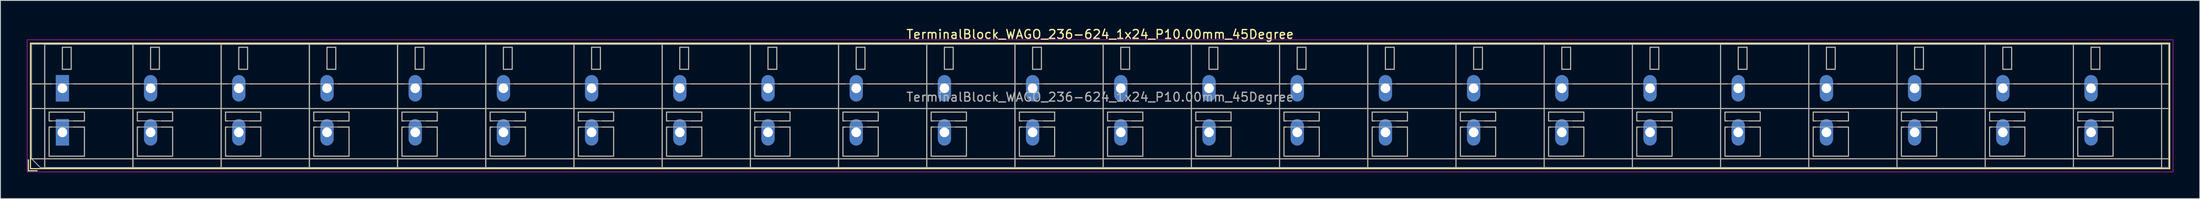
<source format=kicad_pcb>
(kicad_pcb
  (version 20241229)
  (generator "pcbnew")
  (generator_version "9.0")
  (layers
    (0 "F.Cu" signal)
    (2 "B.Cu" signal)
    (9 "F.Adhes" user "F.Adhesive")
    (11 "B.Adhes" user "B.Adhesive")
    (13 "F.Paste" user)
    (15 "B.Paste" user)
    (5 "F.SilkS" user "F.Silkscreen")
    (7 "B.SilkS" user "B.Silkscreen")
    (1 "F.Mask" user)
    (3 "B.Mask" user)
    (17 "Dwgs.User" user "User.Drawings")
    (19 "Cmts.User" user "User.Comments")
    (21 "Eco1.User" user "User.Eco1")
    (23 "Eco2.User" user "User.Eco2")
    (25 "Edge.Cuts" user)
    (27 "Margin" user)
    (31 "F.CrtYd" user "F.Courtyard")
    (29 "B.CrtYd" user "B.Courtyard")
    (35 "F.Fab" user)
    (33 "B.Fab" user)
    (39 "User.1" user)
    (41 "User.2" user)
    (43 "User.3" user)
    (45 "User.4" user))
  (footprint "TerminalBlock_WAGO_236-624_1x24_P10.00mm_45Degree"
    (layer "F.Cu")
    (at 4.025 6.968)
    (property "Reference" "TerminalBlock_WAGO_236-624_1x24_P10.00mm_45Degree" (at 117.65 -6.12 0) (layer "F.SilkS") (effects (font (size 1 1) (thickness 0.15))))
    (attr through_hole)
    (fp_line (start -3.86 8.12) (end -3.86 9.36) (stroke (width 0.12) (type solid)) (layer "F.SilkS"))
    (fp_line (start -3.86 9.36) (end -2.86 9.36) (stroke (width 0.12) (type solid)) (layer "F.SilkS"))
    (fp_line (start -3.62 -5.12) (end -3.62 9.12) (stroke (width 0.12) (type solid)) (layer "F.SilkS"))
    (fp_line (start -3.62 -5.12) (end 238.92 -5.12) (stroke (width 0.12) (type solid)) (layer "F.SilkS"))
    (fp_line (start -3.62 -0.5) (end -1.23 -0.5) (stroke (width 0.12) (type solid)) (layer "F.SilkS"))
    (fp_line (start -3.62 2.3) (end 238.92 2.3) (stroke (width 0.12) (type solid)) (layer "F.SilkS"))
    (fp_line (start -3.62 8) (end 238.92 8) (stroke (width 0.12) (type solid)) (layer "F.SilkS"))
    (fp_line (start -3.62 9.12) (end 238.92 9.12) (stroke (width 0.12) (type solid)) (layer "F.SilkS"))
    (fp_line (start -2 -5) (end -2 9) (stroke (width 0.12) (type solid)) (layer "F.SilkS"))
    (fp_line (start -2 -5) (end 8 -5) (stroke (width 0.12) (type solid)) (layer "F.SilkS"))
    (fp_line (start -2 9) (end 8 9) (stroke (width 0.12) (type solid)) (layer "F.SilkS"))
    (fp_line (start -1.5 2.7) (end -1.5 3.7) (stroke (width 0.12) (type solid)) (layer "F.SilkS"))
    (fp_line (start -1.5 2.7) (end 2.5 2.7) (stroke (width 0.12) (type solid)) (layer "F.SilkS"))
    (fp_line (start -1.5 3.7) (end -1.23 3.7) (stroke (width 0.12) (type solid)) (layer "F.SilkS"))
    (fp_line (start -1.5 4.4) (end -1.5 7.7) (stroke (width 0.12) (type solid)) (layer "F.SilkS"))
    (fp_line (start -1.5 4.4) (end -1.23 4.4) (stroke (width 0.12) (type solid)) (layer "F.SilkS"))
    (fp_line (start -1.5 7.7) (end 2.5 7.7) (stroke (width 0.12) (type solid)) (layer "F.SilkS"))
    (fp_line (start 0 -4.65) (end 0 -2.151) (stroke (width 0.12) (type solid)) (layer "F.SilkS"))
    (fp_line (start 0 -4.65) (end 1 -4.65) (stroke (width 0.12) (type solid)) (layer "F.SilkS"))
    (fp_line (start 0 -2.151) (end 1 -2.151) (stroke (width 0.12) (type solid)) (layer "F.SilkS"))
    (fp_line (start 1 -4.65) (end 1 -2.151) (stroke (width 0.12) (type solid)) (layer "F.SilkS"))
    (fp_line (start 1.23 -0.5) (end 8.77 -0.5) (stroke (width 0.12) (type solid)) (layer "F.SilkS"))
    (fp_line (start 1.23 3.7) (end 2.5 3.7) (stroke (width 0.12) (type solid)) (layer "F.SilkS"))
    (fp_line (start 1.23 4.4) (end 2.5 4.4) (stroke (width 0.12) (type solid)) (layer "F.SilkS"))
    (fp_line (start 2.5 2.7) (end 2.5 3.7) (stroke (width 0.12) (type solid)) (layer "F.SilkS"))
    (fp_line (start 2.5 4.4) (end 2.5 7.7) (stroke (width 0.12) (type solid)) (layer "F.SilkS"))
    (fp_line (start 8 -5) (end 8 9) (stroke (width 0.12) (type solid)) (layer "F.SilkS"))
    (fp_line (start 8 -5) (end 8 9) (stroke (width 0.12) (type solid)) (layer "F.SilkS"))
    (fp_line (start 8 -5) (end 18 -5) (stroke (width 0.12) (type solid)) (layer "F.SilkS"))
    (fp_line (start 8 9) (end 18 9) (stroke (width 0.12) (type solid)) (layer "F.SilkS"))
    (fp_line (start 8.5 2.7) (end 8.5 3.7) (stroke (width 0.12) (type solid)) (layer "F.SilkS"))
    (fp_line (start 8.5 2.7) (end 12.5 2.7) (stroke (width 0.12) (type solid)) (layer "F.SilkS"))
    (fp_line (start 8.5 3.7) (end 8.77 3.7) (stroke (width 0.12) (type solid)) (layer "F.SilkS"))
    (fp_line (start 8.5 4.4) (end 8.5 7.7) (stroke (width 0.12) (type solid)) (layer "F.SilkS"))
    (fp_line (start 8.5 4.4) (end 8.77 4.4) (stroke (width 0.12) (type solid)) (layer "F.SilkS"))
    (fp_line (start 8.5 7.7) (end 12.5 7.7) (stroke (width 0.12) (type solid)) (layer "F.SilkS"))
    (fp_line (start 10 -4.65) (end 10 -2.151) (stroke (width 0.12) (type solid)) (layer "F.SilkS"))
    (fp_line (start 10 -4.65) (end 11 -4.65) (stroke (width 0.12) (type solid)) (layer "F.SilkS"))
    (fp_line (start 10 -2.151) (end 11 -2.151) (stroke (width 0.12) (type solid)) (layer "F.SilkS"))
    (fp_line (start 11 -4.65) (end 11 -2.151) (stroke (width 0.12) (type solid)) (layer "F.SilkS"))
    (fp_line (start 11.23 -0.5) (end 18.77 -0.5) (stroke (width 0.12) (type solid)) (layer "F.SilkS"))
    (fp_line (start 11.23 3.7) (end 12.5 3.7) (stroke (width 0.12) (type solid)) (layer "F.SilkS"))
    (fp_line (start 11.23 4.4) (end 12.5 4.4) (stroke (width 0.12) (type solid)) (layer "F.SilkS"))
    (fp_line (start 12.5 2.7) (end 12.5 3.7) (stroke (width 0.12) (type solid)) (layer "F.SilkS"))
    (fp_line (start 12.5 4.4) (end 12.5 7.7) (stroke (width 0.12) (type solid)) (layer "F.SilkS"))
    (fp_line (start 18 -5) (end 18 9) (stroke (width 0.12) (type solid)) (layer "F.SilkS"))
    (fp_line (start 18 -5) (end 18 9) (stroke (width 0.12) (type solid)) (layer "F.SilkS"))
    (fp_line (start 18 -5) (end 28 -5) (stroke (width 0.12) (type solid)) (layer "F.SilkS"))
    (fp_line (start 18 9) (end 28 9) (stroke (width 0.12) (type solid)) (layer "F.SilkS"))
    (fp_line (start 18.5 2.7) (end 18.5 3.7) (stroke (width 0.12) (type solid)) (layer "F.SilkS"))
    (fp_line (start 18.5 2.7) (end 22.5 2.7) (stroke (width 0.12) (type solid)) (layer "F.SilkS"))
    (fp_line (start 18.5 3.7) (end 18.77 3.7) (stroke (width 0.12) (type solid)) (layer "F.SilkS"))
    (fp_line (start 18.5 4.4) (end 18.5 7.7) (stroke (width 0.12) (type solid)) (layer "F.SilkS"))
    (fp_line (start 18.5 4.4) (end 18.77 4.4) (stroke (width 0.12) (type solid)) (layer "F.SilkS"))
    (fp_line (start 18.5 7.7) (end 22.5 7.7) (stroke (width 0.12) (type solid)) (layer "F.SilkS"))
    (fp_line (start 20 -4.65) (end 20 -2.151) (stroke (width 0.12) (type solid)) (layer "F.SilkS"))
    (fp_line (start 20 -4.65) (end 21 -4.65) (stroke (width 0.12) (type solid)) (layer "F.SilkS"))
    (fp_line (start 20 -2.151) (end 21 -2.151) (stroke (width 0.12) (type solid)) (layer "F.SilkS"))
    (fp_line (start 21 -4.65) (end 21 -2.151) (stroke (width 0.12) (type solid)) (layer "F.SilkS"))
    (fp_line (start 21.23 -0.5) (end 28.77 -0.5) (stroke (width 0.12) (type solid)) (layer "F.SilkS"))
    (fp_line (start 21.23 3.7) (end 22.5 3.7) (stroke (width 0.12) (type solid)) (layer "F.SilkS"))
    (fp_line (start 21.23 4.4) (end 22.5 4.4) (stroke (width 0.12) (type solid)) (layer "F.SilkS"))
    (fp_line (start 22.5 2.7) (end 22.5 3.7) (stroke (width 0.12) (type solid)) (layer "F.SilkS"))
    (fp_line (start 22.5 4.4) (end 22.5 7.7) (stroke (width 0.12) (type solid)) (layer "F.SilkS"))
    (fp_line (start 28 -5) (end 28 9) (stroke (width 0.12) (type solid)) (layer "F.SilkS"))
    (fp_line (start 28 -5) (end 28 9) (stroke (width 0.12) (type solid)) (layer "F.SilkS"))
    (fp_line (start 28 -5) (end 38 -5) (stroke (width 0.12) (type solid)) (layer "F.SilkS"))
    (fp_line (start 28 9) (end 38 9) (stroke (width 0.12) (type solid)) (layer "F.SilkS"))
    (fp_line (start 28.5 2.7) (end 28.5 3.7) (stroke (width 0.12) (type solid)) (layer "F.SilkS"))
    (fp_line (start 28.5 2.7) (end 32.5 2.7) (stroke (width 0.12) (type solid)) (layer "F.SilkS"))
    (fp_line (start 28.5 3.7) (end 28.77 3.7) (stroke (width 0.12) (type solid)) (layer "F.SilkS"))
    (fp_line (start 28.5 4.4) (end 28.5 7.7) (stroke (width 0.12) (type solid)) (layer "F.SilkS"))
    (fp_line (start 28.5 4.4) (end 28.77 4.4) (stroke (width 0.12) (type solid)) (layer "F.SilkS"))
    (fp_line (start 28.5 7.7) (end 32.5 7.7) (stroke (width 0.12) (type solid)) (layer "F.SilkS"))
    (fp_line (start 30 -4.65) (end 30 -2.151) (stroke (width 0.12) (type solid)) (layer "F.SilkS"))
    (fp_line (start 30 -4.65) (end 31 -4.65) (stroke (width 0.12) (type solid)) (layer "F.SilkS"))
    (fp_line (start 30 -2.151) (end 31 -2.151) (stroke (width 0.12) (type solid)) (layer "F.SilkS"))
    (fp_line (start 31 -4.65) (end 31 -2.151) (stroke (width 0.12) (type solid)) (layer "F.SilkS"))
    (fp_line (start 31.23 -0.5) (end 38.77 -0.5) (stroke (width 0.12) (type solid)) (layer "F.SilkS"))
    (fp_line (start 31.23 3.7) (end 32.5 3.7) (stroke (width 0.12) (type solid)) (layer "F.SilkS"))
    (fp_line (start 31.23 4.4) (end 32.5 4.4) (stroke (width 0.12) (type solid)) (layer "F.SilkS"))
    (fp_line (start 32.5 2.7) (end 32.5 3.7) (stroke (width 0.12) (type solid)) (layer "F.SilkS"))
    (fp_line (start 32.5 4.4) (end 32.5 7.7) (stroke (width 0.12) (type solid)) (layer "F.SilkS"))
    (fp_line (start 38 -5) (end 38 9) (stroke (width 0.12) (type solid)) (layer "F.SilkS"))
    (fp_line (start 38 -5) (end 38 9) (stroke (width 0.12) (type solid)) (layer "F.SilkS"))
    (fp_line (start 38 -5) (end 48 -5) (stroke (width 0.12) (type solid)) (layer "F.SilkS"))
    (fp_line (start 38 9) (end 48 9) (stroke (width 0.12) (type solid)) (layer "F.SilkS"))
    (fp_line (start 38.5 2.7) (end 38.5 3.7) (stroke (width 0.12) (type solid)) (layer "F.SilkS"))
    (fp_line (start 38.5 2.7) (end 42.5 2.7) (stroke (width 0.12) (type solid)) (layer "F.SilkS"))
    (fp_line (start 38.5 3.7) (end 38.77 3.7) (stroke (width 0.12) (type solid)) (layer "F.SilkS"))
    (fp_line (start 38.5 4.4) (end 38.5 7.7) (stroke (width 0.12) (type solid)) (layer "F.SilkS"))
    (fp_line (start 38.5 4.4) (end 38.77 4.4) (stroke (width 0.12) (type solid)) (layer "F.SilkS"))
    (fp_line (start 38.5 7.7) (end 42.5 7.7) (stroke (width 0.12) (type solid)) (layer "F.SilkS"))
    (fp_line (start 40 -4.65) (end 40 -2.151) (stroke (width 0.12) (type solid)) (layer "F.SilkS"))
    (fp_line (start 40 -4.65) (end 41 -4.65) (stroke (width 0.12) (type solid)) (layer "F.SilkS"))
    (fp_line (start 40 -2.151) (end 41 -2.151) (stroke (width 0.12) (type solid)) (layer "F.SilkS"))
    (fp_line (start 41 -4.65) (end 41 -2.151) (stroke (width 0.12) (type solid)) (layer "F.SilkS"))
    (fp_line (start 41.23 -0.5) (end 48.77 -0.5) (stroke (width 0.12) (type solid)) (layer "F.SilkS"))
    (fp_line (start 41.23 3.7) (end 42.5 3.7) (stroke (width 0.12) (type solid)) (layer "F.SilkS"))
    (fp_line (start 41.23 4.4) (end 42.5 4.4) (stroke (width 0.12) (type solid)) (layer "F.SilkS"))
    (fp_line (start 42.5 2.7) (end 42.5 3.7) (stroke (width 0.12) (type solid)) (layer "F.SilkS"))
    (fp_line (start 42.5 4.4) (end 42.5 7.7) (stroke (width 0.12) (type solid)) (layer "F.SilkS"))
    (fp_line (start 48 -5) (end 48 9) (stroke (width 0.12) (type solid)) (layer "F.SilkS"))
    (fp_line (start 48 -5) (end 48 9) (stroke (width 0.12) (type solid)) (layer "F.SilkS"))
    (fp_line (start 48 -5) (end 58 -5) (stroke (width 0.12) (type solid)) (layer "F.SilkS"))
    (fp_line (start 48 9) (end 58 9) (stroke (width 0.12) (type solid)) (layer "F.SilkS"))
    (fp_line (start 48.5 2.7) (end 48.5 3.7) (stroke (width 0.12) (type solid)) (layer "F.SilkS"))
    (fp_line (start 48.5 2.7) (end 52.5 2.7) (stroke (width 0.12) (type solid)) (layer "F.SilkS"))
    (fp_line (start 48.5 3.7) (end 48.77 3.7) (stroke (width 0.12) (type solid)) (layer "F.SilkS"))
    (fp_line (start 48.5 4.4) (end 48.5 7.7) (stroke (width 0.12) (type solid)) (layer "F.SilkS"))
    (fp_line (start 48.5 4.4) (end 48.77 4.4) (stroke (width 0.12) (type solid)) (layer "F.SilkS"))
    (fp_line (start 48.5 7.7) (end 52.5 7.7) (stroke (width 0.12) (type solid)) (layer "F.SilkS"))
    (fp_line (start 50 -4.65) (end 50 -2.151) (stroke (width 0.12) (type solid)) (layer "F.SilkS"))
    (fp_line (start 50 -4.65) (end 51 -4.65) (stroke (width 0.12) (type solid)) (layer "F.SilkS"))
    (fp_line (start 50 -2.151) (end 51 -2.151) (stroke (width 0.12) (type solid)) (layer "F.SilkS"))
    (fp_line (start 51 -4.65) (end 51 -2.151) (stroke (width 0.12) (type solid)) (layer "F.SilkS"))
    (fp_line (start 51.23 -0.5) (end 58.77 -0.5) (stroke (width 0.12) (type solid)) (layer "F.SilkS"))
    (fp_line (start 51.23 3.7) (end 52.5 3.7) (stroke (width 0.12) (type solid)) (layer "F.SilkS"))
    (fp_line (start 51.23 4.4) (end 52.5 4.4) (stroke (width 0.12) (type solid)) (layer "F.SilkS"))
    (fp_line (start 52.5 2.7) (end 52.5 3.7) (stroke (width 0.12) (type solid)) (layer "F.SilkS"))
    (fp_line (start 52.5 4.4) (end 52.5 7.7) (stroke (width 0.12) (type solid)) (layer "F.SilkS"))
    (fp_line (start 58 -5) (end 58 9) (stroke (width 0.12) (type solid)) (layer "F.SilkS"))
    (fp_line (start 58 -5) (end 58 9) (stroke (width 0.12) (type solid)) (layer "F.SilkS"))
    (fp_line (start 58 -5) (end 68 -5) (stroke (width 0.12) (type solid)) (layer "F.SilkS"))
    (fp_line (start 58 9) (end 68 9) (stroke (width 0.12) (type solid)) (layer "F.SilkS"))
    (fp_line (start 58.5 2.7) (end 58.5 3.7) (stroke (width 0.12) (type solid)) (layer "F.SilkS"))
    (fp_line (start 58.5 2.7) (end 62.5 2.7) (stroke (width 0.12) (type solid)) (layer "F.SilkS"))
    (fp_line (start 58.5 3.7) (end 58.77 3.7) (stroke (width 0.12) (type solid)) (layer "F.SilkS"))
    (fp_line (start 58.5 4.4) (end 58.5 7.7) (stroke (width 0.12) (type solid)) (layer "F.SilkS"))
    (fp_line (start 58.5 4.4) (end 58.77 4.4) (stroke (width 0.12) (type solid)) (layer "F.SilkS"))
    (fp_line (start 58.5 7.7) (end 62.5 7.7) (stroke (width 0.12) (type solid)) (layer "F.SilkS"))
    (fp_line (start 60 -4.65) (end 60 -2.151) (stroke (width 0.12) (type solid)) (layer "F.SilkS"))
    (fp_line (start 60 -4.65) (end 61 -4.65) (stroke (width 0.12) (type solid)) (layer "F.SilkS"))
    (fp_line (start 60 -2.151) (end 61 -2.151) (stroke (width 0.12) (type solid)) (layer "F.SilkS"))
    (fp_line (start 61 -4.65) (end 61 -2.151) (stroke (width 0.12) (type solid)) (layer "F.SilkS"))
    (fp_line (start 61.23 -0.5) (end 68.77 -0.5) (stroke (width 0.12) (type solid)) (layer "F.SilkS"))
    (fp_line (start 61.23 3.7) (end 62.5 3.7) (stroke (width 0.12) (type solid)) (layer "F.SilkS"))
    (fp_line (start 61.23 4.4) (end 62.5 4.4) (stroke (width 0.12) (type solid)) (layer "F.SilkS"))
    (fp_line (start 62.5 2.7) (end 62.5 3.7) (stroke (width 0.12) (type solid)) (layer "F.SilkS"))
    (fp_line (start 62.5 4.4) (end 62.5 7.7) (stroke (width 0.12) (type solid)) (layer "F.SilkS"))
    (fp_line (start 68 -5) (end 68 9) (stroke (width 0.12) (type solid)) (layer "F.SilkS"))
    (fp_line (start 68 -5) (end 68 9) (stroke (width 0.12) (type solid)) (layer "F.SilkS"))
    (fp_line (start 68 -5) (end 78 -5) (stroke (width 0.12) (type solid)) (layer "F.SilkS"))
    (fp_line (start 68 9) (end 78 9) (stroke (width 0.12) (type solid)) (layer "F.SilkS"))
    (fp_line (start 68.5 2.7) (end 68.5 3.7) (stroke (width 0.12) (type solid)) (layer "F.SilkS"))
    (fp_line (start 68.5 2.7) (end 72.5 2.7) (stroke (width 0.12) (type solid)) (layer "F.SilkS"))
    (fp_line (start 68.5 3.7) (end 68.77 3.7) (stroke (width 0.12) (type solid)) (layer "F.SilkS"))
    (fp_line (start 68.5 4.4) (end 68.5 7.7) (stroke (width 0.12) (type solid)) (layer "F.SilkS"))
    (fp_line (start 68.5 4.4) (end 68.77 4.4) (stroke (width 0.12) (type solid)) (layer "F.SilkS"))
    (fp_line (start 68.5 7.7) (end 72.5 7.7) (stroke (width 0.12) (type solid)) (layer "F.SilkS"))
    (fp_line (start 70 -4.65) (end 70 -2.151) (stroke (width 0.12) (type solid)) (layer "F.SilkS"))
    (fp_line (start 70 -4.65) (end 71 -4.65) (stroke (width 0.12) (type solid)) (layer "F.SilkS"))
    (fp_line (start 70 -2.151) (end 71 -2.151) (stroke (width 0.12) (type solid)) (layer "F.SilkS"))
    (fp_line (start 71 -4.65) (end 71 -2.151) (stroke (width 0.12) (type solid)) (layer "F.SilkS"))
    (fp_line (start 71.23 -0.5) (end 78.77 -0.5) (stroke (width 0.12) (type solid)) (layer "F.SilkS"))
    (fp_line (start 71.23 3.7) (end 72.5 3.7) (stroke (width 0.12) (type solid)) (layer "F.SilkS"))
    (fp_line (start 71.23 4.4) (end 72.5 4.4) (stroke (width 0.12) (type solid)) (layer "F.SilkS"))
    (fp_line (start 72.5 2.7) (end 72.5 3.7) (stroke (width 0.12) (type solid)) (layer "F.SilkS"))
    (fp_line (start 72.5 4.4) (end 72.5 7.7) (stroke (width 0.12) (type solid)) (layer "F.SilkS"))
    (fp_line (start 78 -5) (end 78 9) (stroke (width 0.12) (type solid)) (layer "F.SilkS"))
    (fp_line (start 78 -5) (end 78 9) (stroke (width 0.12) (type solid)) (layer "F.SilkS"))
    (fp_line (start 78 -5) (end 88 -5) (stroke (width 0.12) (type solid)) (layer "F.SilkS"))
    (fp_line (start 78 9) (end 88 9) (stroke (width 0.12) (type solid)) (layer "F.SilkS"))
    (fp_line (start 78.5 2.7) (end 78.5 3.7) (stroke (width 0.12) (type solid)) (layer "F.SilkS"))
    (fp_line (start 78.5 2.7) (end 82.5 2.7) (stroke (width 0.12) (type solid)) (layer "F.SilkS"))
    (fp_line (start 78.5 3.7) (end 78.77 3.7) (stroke (width 0.12) (type solid)) (layer "F.SilkS"))
    (fp_line (start 78.5 4.4) (end 78.5 7.7) (stroke (width 0.12) (type solid)) (layer "F.SilkS"))
    (fp_line (start 78.5 4.4) (end 78.77 4.4) (stroke (width 0.12) (type solid)) (layer "F.SilkS"))
    (fp_line (start 78.5 7.7) (end 82.5 7.7) (stroke (width 0.12) (type solid)) (layer "F.SilkS"))
    (fp_line (start 80 -4.65) (end 80 -2.151) (stroke (width 0.12) (type solid)) (layer "F.SilkS"))
    (fp_line (start 80 -4.65) (end 81 -4.65) (stroke (width 0.12) (type solid)) (layer "F.SilkS"))
    (fp_line (start 80 -2.151) (end 81 -2.151) (stroke (width 0.12) (type solid)) (layer "F.SilkS"))
    (fp_line (start 81 -4.65) (end 81 -2.151) (stroke (width 0.12) (type solid)) (layer "F.SilkS"))
    (fp_line (start 81.23 -0.5) (end 88.77 -0.5) (stroke (width 0.12) (type solid)) (layer "F.SilkS"))
    (fp_line (start 81.23 3.7) (end 82.5 3.7) (stroke (width 0.12) (type solid)) (layer "F.SilkS"))
    (fp_line (start 81.23 4.4) (end 82.5 4.4) (stroke (width 0.12) (type solid)) (layer "F.SilkS"))
    (fp_line (start 82.5 2.7) (end 82.5 3.7) (stroke (width 0.12) (type solid)) (layer "F.SilkS"))
    (fp_line (start 82.5 4.4) (end 82.5 7.7) (stroke (width 0.12) (type solid)) (layer "F.SilkS"))
    (fp_line (start 88 -5) (end 88 9) (stroke (width 0.12) (type solid)) (layer "F.SilkS"))
    (fp_line (start 88 -5) (end 88 9) (stroke (width 0.12) (type solid)) (layer "F.SilkS"))
    (fp_line (start 88 -5) (end 98 -5) (stroke (width 0.12) (type solid)) (layer "F.SilkS"))
    (fp_line (start 88 9) (end 98 9) (stroke (width 0.12) (type solid)) (layer "F.SilkS"))
    (fp_line (start 88.5 2.7) (end 88.5 3.7) (stroke (width 0.12) (type solid)) (layer "F.SilkS"))
    (fp_line (start 88.5 2.7) (end 92.5 2.7) (stroke (width 0.12) (type solid)) (layer "F.SilkS"))
    (fp_line (start 88.5 3.7) (end 88.77 3.7) (stroke (width 0.12) (type solid)) (layer "F.SilkS"))
    (fp_line (start 88.5 4.4) (end 88.5 7.7) (stroke (width 0.12) (type solid)) (layer "F.SilkS"))
    (fp_line (start 88.5 4.4) (end 88.77 4.4) (stroke (width 0.12) (type solid)) (layer "F.SilkS"))
    (fp_line (start 88.5 7.7) (end 92.5 7.7) (stroke (width 0.12) (type solid)) (layer "F.SilkS"))
    (fp_line (start 90 -4.65) (end 90 -2.151) (stroke (width 0.12) (type solid)) (layer "F.SilkS"))
    (fp_line (start 90 -4.65) (end 91 -4.65) (stroke (width 0.12) (type solid)) (layer "F.SilkS"))
    (fp_line (start 90 -2.151) (end 91 -2.151) (stroke (width 0.12) (type solid)) (layer "F.SilkS"))
    (fp_line (start 91 -4.65) (end 91 -2.151) (stroke (width 0.12) (type solid)) (layer "F.SilkS"))
    (fp_line (start 91.23 -0.5) (end 98.77 -0.5) (stroke (width 0.12) (type solid)) (layer "F.SilkS"))
    (fp_line (start 91.23 3.7) (end 92.5 3.7) (stroke (width 0.12) (type solid)) (layer "F.SilkS"))
    (fp_line (start 91.23 4.4) (end 92.5 4.4) (stroke (width 0.12) (type solid)) (layer "F.SilkS"))
    (fp_line (start 92.5 2.7) (end 92.5 3.7) (stroke (width 0.12) (type solid)) (layer "F.SilkS"))
    (fp_line (start 92.5 4.4) (end 92.5 7.7) (stroke (width 0.12) (type solid)) (layer "F.SilkS"))
    (fp_line (start 98 -5) (end 98 9) (stroke (width 0.12) (type solid)) (layer "F.SilkS"))
    (fp_line (start 98 -5) (end 98 9) (stroke (width 0.12) (type solid)) (layer "F.SilkS"))
    (fp_line (start 98 -5) (end 108 -5) (stroke (width 0.12) (type solid)) (layer "F.SilkS"))
    (fp_line (start 98 9) (end 108 9) (stroke (width 0.12) (type solid)) (layer "F.SilkS"))
    (fp_line (start 98.5 2.7) (end 98.5 3.7) (stroke (width 0.12) (type solid)) (layer "F.SilkS"))
    (fp_line (start 98.5 2.7) (end 102.5 2.7) (stroke (width 0.12) (type solid)) (layer "F.SilkS"))
    (fp_line (start 98.5 3.7) (end 98.77 3.7) (stroke (width 0.12) (type solid)) (layer "F.SilkS"))
    (fp_line (start 98.5 4.4) (end 98.5 7.7) (stroke (width 0.12) (type solid)) (layer "F.SilkS"))
    (fp_line (start 98.5 4.4) (end 98.77 4.4) (stroke (width 0.12) (type solid)) (layer "F.SilkS"))
    (fp_line (start 98.5 7.7) (end 102.5 7.7) (stroke (width 0.12) (type solid)) (layer "F.SilkS"))
    (fp_line (start 100 -4.65) (end 100 -2.151) (stroke (width 0.12) (type solid)) (layer "F.SilkS"))
    (fp_line (start 100 -4.65) (end 101 -4.65) (stroke (width 0.12) (type solid)) (layer "F.SilkS"))
    (fp_line (start 100 -2.151) (end 101 -2.151) (stroke (width 0.12) (type solid)) (layer "F.SilkS"))
    (fp_line (start 101 -4.65) (end 101 -2.151) (stroke (width 0.12) (type solid)) (layer "F.SilkS"))
    (fp_line (start 101.23 -0.5) (end 108.77 -0.5) (stroke (width 0.12) (type solid)) (layer "F.SilkS"))
    (fp_line (start 101.23 3.7) (end 102.5 3.7) (stroke (width 0.12) (type solid)) (layer "F.SilkS"))
    (fp_line (start 101.23 4.4) (end 102.5 4.4) (stroke (width 0.12) (type solid)) (layer "F.SilkS"))
    (fp_line (start 102.5 2.7) (end 102.5 3.7) (stroke (width 0.12) (type solid)) (layer "F.SilkS"))
    (fp_line (start 102.5 4.4) (end 102.5 7.7) (stroke (width 0.12) (type solid)) (layer "F.SilkS"))
    (fp_line (start 108 -5) (end 108 9) (stroke (width 0.12) (type solid)) (layer "F.SilkS"))
    (fp_line (start 108 -5) (end 108 9) (stroke (width 0.12) (type solid)) (layer "F.SilkS"))
    (fp_line (start 108 -5) (end 118 -5) (stroke (width 0.12) (type solid)) (layer "F.SilkS"))
    (fp_line (start 108 9) (end 118 9) (stroke (width 0.12) (type solid)) (layer "F.SilkS"))
    (fp_line (start 108.5 2.7) (end 108.5 3.7) (stroke (width 0.12) (type solid)) (layer "F.SilkS"))
    (fp_line (start 108.5 2.7) (end 112.5 2.7) (stroke (width 0.12) (type solid)) (layer "F.SilkS"))
    (fp_line (start 108.5 3.7) (end 108.77 3.7) (stroke (width 0.12) (type solid)) (layer "F.SilkS"))
    (fp_line (start 108.5 4.4) (end 108.5 7.7) (stroke (width 0.12) (type solid)) (layer "F.SilkS"))
    (fp_line (start 108.5 4.4) (end 108.77 4.4) (stroke (width 0.12) (type solid)) (layer "F.SilkS"))
    (fp_line (start 108.5 7.7) (end 112.5 7.7) (stroke (width 0.12) (type solid)) (layer "F.SilkS"))
    (fp_line (start 110 -4.65) (end 110 -2.151) (stroke (width 0.12) (type solid)) (layer "F.SilkS"))
    (fp_line (start 110 -4.65) (end 111 -4.65) (stroke (width 0.12) (type solid)) (layer "F.SilkS"))
    (fp_line (start 110 -2.151) (end 111 -2.151) (stroke (width 0.12) (type solid)) (layer "F.SilkS"))
    (fp_line (start 111 -4.65) (end 111 -2.151) (stroke (width 0.12) (type solid)) (layer "F.SilkS"))
    (fp_line (start 111.23 -0.5) (end 118.77 -0.5) (stroke (width 0.12) (type solid)) (layer "F.SilkS"))
    (fp_line (start 111.23 3.7) (end 112.5 3.7) (stroke (width 0.12) (type solid)) (layer "F.SilkS"))
    (fp_line (start 111.23 4.4) (end 112.5 4.4) (stroke (width 0.12) (type solid)) (layer "F.SilkS"))
    (fp_line (start 112.5 2.7) (end 112.5 3.7) (stroke (width 0.12) (type solid)) (layer "F.SilkS"))
    (fp_line (start 112.5 4.4) (end 112.5 7.7) (stroke (width 0.12) (type solid)) (layer "F.SilkS"))
    (fp_line (start 118 -5) (end 118 9) (stroke (width 0.12) (type solid)) (layer "F.SilkS"))
    (fp_line (start 118 -5) (end 118 9) (stroke (width 0.12) (type solid)) (layer "F.SilkS"))
    (fp_line (start 118 -5) (end 128 -5) (stroke (width 0.12) (type solid)) (layer "F.SilkS"))
    (fp_line (start 118 9) (end 128 9) (stroke (width 0.12) (type solid)) (layer "F.SilkS"))
    (fp_line (start 118.5 2.7) (end 118.5 3.7) (stroke (width 0.12) (type solid)) (layer "F.SilkS"))
    (fp_line (start 118.5 2.7) (end 122.5 2.7) (stroke (width 0.12) (type solid)) (layer "F.SilkS"))
    (fp_line (start 118.5 3.7) (end 118.77 3.7) (stroke (width 0.12) (type solid)) (layer "F.SilkS"))
    (fp_line (start 118.5 4.4) (end 118.5 7.7) (stroke (width 0.12) (type solid)) (layer "F.SilkS"))
    (fp_line (start 118.5 4.4) (end 118.77 4.4) (stroke (width 0.12) (type solid)) (layer "F.SilkS"))
    (fp_line (start 118.5 7.7) (end 122.5 7.7) (stroke (width 0.12) (type solid)) (layer "F.SilkS"))
    (fp_line (start 120 -4.65) (end 120 -2.151) (stroke (width 0.12) (type solid)) (layer "F.SilkS"))
    (fp_line (start 120 -4.65) (end 121 -4.65) (stroke (width 0.12) (type solid)) (layer "F.SilkS"))
    (fp_line (start 120 -2.151) (end 121 -2.151) (stroke (width 0.12) (type solid)) (layer "F.SilkS"))
    (fp_line (start 121 -4.65) (end 121 -2.151) (stroke (width 0.12) (type solid)) (layer "F.SilkS"))
    (fp_line (start 121.23 -0.5) (end 128.771 -0.5) (stroke (width 0.12) (type solid)) (layer "F.SilkS"))
    (fp_line (start 121.23 3.7) (end 122.5 3.7) (stroke (width 0.12) (type solid)) (layer "F.SilkS"))
    (fp_line (start 121.23 4.4) (end 122.5 4.4) (stroke (width 0.12) (type solid)) (layer "F.SilkS"))
    (fp_line (start 122.5 2.7) (end 122.5 3.7) (stroke (width 0.12) (type solid)) (layer "F.SilkS"))
    (fp_line (start 122.5 4.4) (end 122.5 7.7) (stroke (width 0.12) (type solid)) (layer "F.SilkS"))
    (fp_line (start 128 -5) (end 128 9) (stroke (width 0.12) (type solid)) (layer "F.SilkS"))
    (fp_line (start 128 -5) (end 128 9) (stroke (width 0.12) (type solid)) (layer "F.SilkS"))
    (fp_line (start 128 -5) (end 138 -5) (stroke (width 0.12) (type solid)) (layer "F.SilkS"))
    (fp_line (start 128 9) (end 138 9) (stroke (width 0.12) (type solid)) (layer "F.SilkS"))
    (fp_line (start 128.5 2.7) (end 128.5 3.7) (stroke (width 0.12) (type solid)) (layer "F.SilkS"))
    (fp_line (start 128.5 2.7) (end 132.5 2.7) (stroke (width 0.12) (type solid)) (layer "F.SilkS"))
    (fp_line (start 128.5 3.7) (end 128.771 3.7) (stroke (width 0.12) (type solid)) (layer "F.SilkS"))
    (fp_line (start 128.5 4.4) (end 128.5 7.7) (stroke (width 0.12) (type solid)) (layer "F.SilkS"))
    (fp_line (start 128.5 4.4) (end 128.771 4.4) (stroke (width 0.12) (type solid)) (layer "F.SilkS"))
    (fp_line (start 128.5 7.7) (end 132.5 7.7) (stroke (width 0.12) (type solid)) (layer "F.SilkS"))
    (fp_line (start 130 -4.65) (end 130 -2.151) (stroke (width 0.12) (type solid)) (layer "F.SilkS"))
    (fp_line (start 130 -4.65) (end 131 -4.65) (stroke (width 0.12) (type solid)) (layer "F.SilkS"))
    (fp_line (start 130 -2.151) (end 131 -2.151) (stroke (width 0.12) (type solid)) (layer "F.SilkS"))
    (fp_line (start 131 -4.65) (end 131 -2.151) (stroke (width 0.12) (type solid)) (layer "F.SilkS"))
    (fp_line (start 131.23 -0.5) (end 138.77 -0.5) (stroke (width 0.12) (type solid)) (layer "F.SilkS"))
    (fp_line (start 131.23 3.7) (end 132.5 3.7) (stroke (width 0.12) (type solid)) (layer "F.SilkS"))
    (fp_line (start 131.23 4.4) (end 132.5 4.4) (stroke (width 0.12) (type solid)) (layer "F.SilkS"))
    (fp_line (start 132.5 2.7) (end 132.5 3.7) (stroke (width 0.12) (type solid)) (layer "F.SilkS"))
    (fp_line (start 132.5 4.4) (end 132.5 7.7) (stroke (width 0.12) (type solid)) (layer "F.SilkS"))
    (fp_line (start 138 -5) (end 138 9) (stroke (width 0.12) (type solid)) (layer "F.SilkS"))
    (fp_line (start 138 -5) (end 138 9) (stroke (width 0.12) (type solid)) (layer "F.SilkS"))
    (fp_line (start 138 -5) (end 148 -5) (stroke (width 0.12) (type solid)) (layer "F.SilkS"))
    (fp_line (start 138 9) (end 148 9) (stroke (width 0.12) (type solid)) (layer "F.SilkS"))
    (fp_line (start 138.5 2.7) (end 138.5 3.7) (stroke (width 0.12) (type solid)) (layer "F.SilkS"))
    (fp_line (start 138.5 2.7) (end 142.5 2.7) (stroke (width 0.12) (type solid)) (layer "F.SilkS"))
    (fp_line (start 138.5 3.7) (end 138.77 3.7) (stroke (width 0.12) (type solid)) (layer "F.SilkS"))
    (fp_line (start 138.5 4.4) (end 138.5 7.7) (stroke (width 0.12) (type solid)) (layer "F.SilkS"))
    (fp_line (start 138.5 4.4) (end 138.77 4.4) (stroke (width 0.12) (type solid)) (layer "F.SilkS"))
    (fp_line (start 138.5 7.7) (end 142.5 7.7) (stroke (width 0.12) (type solid)) (layer "F.SilkS"))
    (fp_line (start 140 -4.65) (end 140 -2.151) (stroke (width 0.12) (type solid)) (layer "F.SilkS"))
    (fp_line (start 140 -4.65) (end 141 -4.65) (stroke (width 0.12) (type solid)) (layer "F.SilkS"))
    (fp_line (start 140 -2.151) (end 141 -2.151) (stroke (width 0.12) (type solid)) (layer "F.SilkS"))
    (fp_line (start 141 -4.65) (end 141 -2.151) (stroke (width 0.12) (type solid)) (layer "F.SilkS"))
    (fp_line (start 141.23 -0.5) (end 148.77 -0.5) (stroke (width 0.12) (type solid)) (layer "F.SilkS"))
    (fp_line (start 141.23 3.7) (end 142.5 3.7) (stroke (width 0.12) (type solid)) (layer "F.SilkS"))
    (fp_line (start 141.23 4.4) (end 142.5 4.4) (stroke (width 0.12) (type solid)) (layer "F.SilkS"))
    (fp_line (start 142.5 2.7) (end 142.5 3.7) (stroke (width 0.12) (type solid)) (layer "F.SilkS"))
    (fp_line (start 142.5 4.4) (end 142.5 7.7) (stroke (width 0.12) (type solid)) (layer "F.SilkS"))
    (fp_line (start 148 -5) (end 148 9) (stroke (width 0.12) (type solid)) (layer "F.SilkS"))
    (fp_line (start 148 -5) (end 148 9) (stroke (width 0.12) (type solid)) (layer "F.SilkS"))
    (fp_line (start 148 -5) (end 158 -5) (stroke (width 0.12) (type solid)) (layer "F.SilkS"))
    (fp_line (start 148 9) (end 158 9) (stroke (width 0.12) (type solid)) (layer "F.SilkS"))
    (fp_line (start 148.5 2.7) (end 148.5 3.7) (stroke (width 0.12) (type solid)) (layer "F.SilkS"))
    (fp_line (start 148.5 2.7) (end 152.5 2.7) (stroke (width 0.12) (type solid)) (layer "F.SilkS"))
    (fp_line (start 148.5 3.7) (end 148.77 3.7) (stroke (width 0.12) (type solid)) (layer "F.SilkS"))
    (fp_line (start 148.5 4.4) (end 148.5 7.7) (stroke (width 0.12) (type solid)) (layer "F.SilkS"))
    (fp_line (start 148.5 4.4) (end 148.77 4.4) (stroke (width 0.12) (type solid)) (layer "F.SilkS"))
    (fp_line (start 148.5 7.7) (end 152.5 7.7) (stroke (width 0.12) (type solid)) (layer "F.SilkS"))
    (fp_line (start 150 -4.65) (end 150 -2.151) (stroke (width 0.12) (type solid)) (layer "F.SilkS"))
    (fp_line (start 150 -4.65) (end 151 -4.65) (stroke (width 0.12) (type solid)) (layer "F.SilkS"))
    (fp_line (start 150 -2.151) (end 151 -2.151) (stroke (width 0.12) (type solid)) (layer "F.SilkS"))
    (fp_line (start 151 -4.65) (end 151 -2.151) (stroke (width 0.12) (type solid)) (layer "F.SilkS"))
    (fp_line (start 151.23 -0.5) (end 158.77 -0.5) (stroke (width 0.12) (type solid)) (layer "F.SilkS"))
    (fp_line (start 151.23 3.7) (end 152.5 3.7) (stroke (width 0.12) (type solid)) (layer "F.SilkS"))
    (fp_line (start 151.23 4.4) (end 152.5 4.4) (stroke (width 0.12) (type solid)) (layer "F.SilkS"))
    (fp_line (start 152.5 2.7) (end 152.5 3.7) (stroke (width 0.12) (type solid)) (layer "F.SilkS"))
    (fp_line (start 152.5 4.4) (end 152.5 7.7) (stroke (width 0.12) (type solid)) (layer "F.SilkS"))
    (fp_line (start 158 -5) (end 158 9) (stroke (width 0.12) (type solid)) (layer "F.SilkS"))
    (fp_line (start 158 -5) (end 158 9) (stroke (width 0.12) (type solid)) (layer "F.SilkS"))
    (fp_line (start 158 -5) (end 168 -5) (stroke (width 0.12) (type solid)) (layer "F.SilkS"))
    (fp_line (start 158 9) (end 168 9) (stroke (width 0.12) (type solid)) (layer "F.SilkS"))
    (fp_line (start 158.5 2.7) (end 158.5 3.7) (stroke (width 0.12) (type solid)) (layer "F.SilkS"))
    (fp_line (start 158.5 2.7) (end 162.5 2.7) (stroke (width 0.12) (type solid)) (layer "F.SilkS"))
    (fp_line (start 158.5 3.7) (end 158.77 3.7) (stroke (width 0.12) (type solid)) (layer "F.SilkS"))
    (fp_line (start 158.5 4.4) (end 158.5 7.7) (stroke (width 0.12) (type solid)) (layer "F.SilkS"))
    (fp_line (start 158.5 4.4) (end 158.77 4.4) (stroke (width 0.12) (type solid)) (layer "F.SilkS"))
    (fp_line (start 158.5 7.7) (end 162.5 7.7) (stroke (width 0.12) (type solid)) (layer "F.SilkS"))
    (fp_line (start 160 -4.65) (end 160 -2.151) (stroke (width 0.12) (type solid)) (layer "F.SilkS"))
    (fp_line (start 160 -4.65) (end 161 -4.65) (stroke (width 0.12) (type solid)) (layer "F.SilkS"))
    (fp_line (start 160 -2.151) (end 161 -2.151) (stroke (width 0.12) (type solid)) (layer "F.SilkS"))
    (fp_line (start 161 -4.65) (end 161 -2.151) (stroke (width 0.12) (type solid)) (layer "F.SilkS"))
    (fp_line (start 161.23 -0.5) (end 168.77 -0.5) (stroke (width 0.12) (type solid)) (layer "F.SilkS"))
    (fp_line (start 161.23 3.7) (end 162.5 3.7) (stroke (width 0.12) (type solid)) (layer "F.SilkS"))
    (fp_line (start 161.23 4.4) (end 162.5 4.4) (stroke (width 0.12) (type solid)) (layer "F.SilkS"))
    (fp_line (start 162.5 2.7) (end 162.5 3.7) (stroke (width 0.12) (type solid)) (layer "F.SilkS"))
    (fp_line (start 162.5 4.4) (end 162.5 7.7) (stroke (width 0.12) (type solid)) (layer "F.SilkS"))
    (fp_line (start 168 -5) (end 168 9) (stroke (width 0.12) (type solid)) (layer "F.SilkS"))
    (fp_line (start 168 -5) (end 168 9) (stroke (width 0.12) (type solid)) (layer "F.SilkS"))
    (fp_line (start 168 -5) (end 178 -5) (stroke (width 0.12) (type solid)) (layer "F.SilkS"))
    (fp_line (start 168 9) (end 178 9) (stroke (width 0.12) (type solid)) (layer "F.SilkS"))
    (fp_line (start 168.5 2.7) (end 168.5 3.7) (stroke (width 0.12) (type solid)) (layer "F.SilkS"))
    (fp_line (start 168.5 2.7) (end 172.5 2.7) (stroke (width 0.12) (type solid)) (layer "F.SilkS"))
    (fp_line (start 168.5 3.7) (end 168.77 3.7) (stroke (width 0.12) (type solid)) (layer "F.SilkS"))
    (fp_line (start 168.5 4.4) (end 168.5 7.7) (stroke (width 0.12) (type solid)) (layer "F.SilkS"))
    (fp_line (start 168.5 4.4) (end 168.77 4.4) (stroke (width 0.12) (type solid)) (layer "F.SilkS"))
    (fp_line (start 168.5 7.7) (end 172.5 7.7) (stroke (width 0.12) (type solid)) (layer "F.SilkS"))
    (fp_line (start 170 -4.65) (end 170 -2.151) (stroke (width 0.12) (type solid)) (layer "F.SilkS"))
    (fp_line (start 170 -4.65) (end 171 -4.65) (stroke (width 0.12) (type solid)) (layer "F.SilkS"))
    (fp_line (start 170 -2.151) (end 171 -2.151) (stroke (width 0.12) (type solid)) (layer "F.SilkS"))
    (fp_line (start 171 -4.65) (end 171 -2.151) (stroke (width 0.12) (type solid)) (layer "F.SilkS"))
    (fp_line (start 171.23 -0.5) (end 178.77 -0.5) (stroke (width 0.12) (type solid)) (layer "F.SilkS"))
    (fp_line (start 171.23 3.7) (end 172.5 3.7) (stroke (width 0.12) (type solid)) (layer "F.SilkS"))
    (fp_line (start 171.23 4.4) (end 172.5 4.4) (stroke (width 0.12) (type solid)) (layer "F.SilkS"))
    (fp_line (start 172.5 2.7) (end 172.5 3.7) (stroke (width 0.12) (type solid)) (layer "F.SilkS"))
    (fp_line (start 172.5 4.4) (end 172.5 7.7) (stroke (width 0.12) (type solid)) (layer "F.SilkS"))
    (fp_line (start 178 -5) (end 178 9) (stroke (width 0.12) (type solid)) (layer "F.SilkS"))
    (fp_line (start 178 -5) (end 178 9) (stroke (width 0.12) (type solid)) (layer "F.SilkS"))
    (fp_line (start 178 -5) (end 188 -5) (stroke (width 0.12) (type solid)) (layer "F.SilkS"))
    (fp_line (start 178 9) (end 188 9) (stroke (width 0.12) (type solid)) (layer "F.SilkS"))
    (fp_line (start 178.5 2.7) (end 178.5 3.7) (stroke (width 0.12) (type solid)) (layer "F.SilkS"))
    (fp_line (start 178.5 2.7) (end 182.5 2.7) (stroke (width 0.12) (type solid)) (layer "F.SilkS"))
    (fp_line (start 178.5 3.7) (end 178.77 3.7) (stroke (width 0.12) (type solid)) (layer "F.SilkS"))
    (fp_line (start 178.5 4.4) (end 178.5 7.7) (stroke (width 0.12) (type solid)) (layer "F.SilkS"))
    (fp_line (start 178.5 4.4) (end 178.77 4.4) (stroke (width 0.12) (type solid)) (layer "F.SilkS"))
    (fp_line (start 178.5 7.7) (end 182.5 7.7) (stroke (width 0.12) (type solid)) (layer "F.SilkS"))
    (fp_line (start 180 -4.65) (end 180 -2.151) (stroke (width 0.12) (type solid)) (layer "F.SilkS"))
    (fp_line (start 180 -4.65) (end 181 -4.65) (stroke (width 0.12) (type solid)) (layer "F.SilkS"))
    (fp_line (start 180 -2.151) (end 181 -2.151) (stroke (width 0.12) (type solid)) (layer "F.SilkS"))
    (fp_line (start 181 -4.65) (end 181 -2.151) (stroke (width 0.12) (type solid)) (layer "F.SilkS"))
    (fp_line (start 181.23 -0.5) (end 188.77 -0.5) (stroke (width 0.12) (type solid)) (layer "F.SilkS"))
    (fp_line (start 181.23 3.7) (end 182.5 3.7) (stroke (width 0.12) (type solid)) (layer "F.SilkS"))
    (fp_line (start 181.23 4.4) (end 182.5 4.4) (stroke (width 0.12) (type solid)) (layer "F.SilkS"))
    (fp_line (start 182.5 2.7) (end 182.5 3.7) (stroke (width 0.12) (type solid)) (layer "F.SilkS"))
    (fp_line (start 182.5 4.4) (end 182.5 7.7) (stroke (width 0.12) (type solid)) (layer "F.SilkS"))
    (fp_line (start 188 -5) (end 188 9) (stroke (width 0.12) (type solid)) (layer "F.SilkS"))
    (fp_line (start 188 -5) (end 188 9) (stroke (width 0.12) (type solid)) (layer "F.SilkS"))
    (fp_line (start 188 -5) (end 198 -5) (stroke (width 0.12) (type solid)) (layer "F.SilkS"))
    (fp_line (start 188 9) (end 198 9) (stroke (width 0.12) (type solid)) (layer "F.SilkS"))
    (fp_line (start 188.5 2.7) (end 188.5 3.7) (stroke (width 0.12) (type solid)) (layer "F.SilkS"))
    (fp_line (start 188.5 2.7) (end 192.5 2.7) (stroke (width 0.12) (type solid)) (layer "F.SilkS"))
    (fp_line (start 188.5 3.7) (end 188.77 3.7) (stroke (width 0.12) (type solid)) (layer "F.SilkS"))
    (fp_line (start 188.5 4.4) (end 188.5 7.7) (stroke (width 0.12) (type solid)) (layer "F.SilkS"))
    (fp_line (start 188.5 4.4) (end 188.77 4.4) (stroke (width 0.12) (type solid)) (layer "F.SilkS"))
    (fp_line (start 188.5 7.7) (end 192.5 7.7) (stroke (width 0.12) (type solid)) (layer "F.SilkS"))
    (fp_line (start 190 -4.65) (end 190 -2.151) (stroke (width 0.12) (type solid)) (layer "F.SilkS"))
    (fp_line (start 190 -4.65) (end 191 -4.65) (stroke (width 0.12) (type solid)) (layer "F.SilkS"))
    (fp_line (start 190 -2.151) (end 191 -2.151) (stroke (width 0.12) (type solid)) (layer "F.SilkS"))
    (fp_line (start 191 -4.65) (end 191 -2.151) (stroke (width 0.12) (type solid)) (layer "F.SilkS"))
    (fp_line (start 191.23 -0.5) (end 198.77 -0.5) (stroke (width 0.12) (type solid)) (layer "F.SilkS"))
    (fp_line (start 191.23 3.7) (end 192.5 3.7) (stroke (width 0.12) (type solid)) (layer "F.SilkS"))
    (fp_line (start 191.23 4.4) (end 192.5 4.4) (stroke (width 0.12) (type solid)) (layer "F.SilkS"))
    (fp_line (start 192.5 2.7) (end 192.5 3.7) (stroke (width 0.12) (type solid)) (layer "F.SilkS"))
    (fp_line (start 192.5 4.4) (end 192.5 7.7) (stroke (width 0.12) (type solid)) (layer "F.SilkS"))
    (fp_line (start 198 -5) (end 198 9) (stroke (width 0.12) (type solid)) (layer "F.SilkS"))
    (fp_line (start 198 -5) (end 198 9) (stroke (width 0.12) (type solid)) (layer "F.SilkS"))
    (fp_line (start 198 -5) (end 208 -5) (stroke (width 0.12) (type solid)) (layer "F.SilkS"))
    (fp_line (start 198 9) (end 208 9) (stroke (width 0.12) (type solid)) (layer "F.SilkS"))
    (fp_line (start 198.5 2.7) (end 198.5 3.7) (stroke (width 0.12) (type solid)) (layer "F.SilkS"))
    (fp_line (start 198.5 2.7) (end 202.5 2.7) (stroke (width 0.12) (type solid)) (layer "F.SilkS"))
    (fp_line (start 198.5 3.7) (end 198.77 3.7) (stroke (width 0.12) (type solid)) (layer "F.SilkS"))
    (fp_line (start 198.5 4.4) (end 198.5 7.7) (stroke (width 0.12) (type solid)) (layer "F.SilkS"))
    (fp_line (start 198.5 4.4) (end 198.77 4.4) (stroke (width 0.12) (type solid)) (layer "F.SilkS"))
    (fp_line (start 198.5 7.7) (end 202.5 7.7) (stroke (width 0.12) (type solid)) (layer "F.SilkS"))
    (fp_line (start 200 -4.65) (end 200 -2.151) (stroke (width 0.12) (type solid)) (layer "F.SilkS"))
    (fp_line (start 200 -4.65) (end 201 -4.65) (stroke (width 0.12) (type solid)) (layer "F.SilkS"))
    (fp_line (start 200 -2.151) (end 201 -2.151) (stroke (width 0.12) (type solid)) (layer "F.SilkS"))
    (fp_line (start 201 -4.65) (end 201 -2.151) (stroke (width 0.12) (type solid)) (layer "F.SilkS"))
    (fp_line (start 201.23 -0.5) (end 208.77 -0.5) (stroke (width 0.12) (type solid)) (layer "F.SilkS"))
    (fp_line (start 201.23 3.7) (end 202.5 3.7) (stroke (width 0.12) (type solid)) (layer "F.SilkS"))
    (fp_line (start 201.23 4.4) (end 202.5 4.4) (stroke (width 0.12) (type solid)) (layer "F.SilkS"))
    (fp_line (start 202.5 2.7) (end 202.5 3.7) (stroke (width 0.12) (type solid)) (layer "F.SilkS"))
    (fp_line (start 202.5 4.4) (end 202.5 7.7) (stroke (width 0.12) (type solid)) (layer "F.SilkS"))
    (fp_line (start 208 -5) (end 208 9) (stroke (width 0.12) (type solid)) (layer "F.SilkS"))
    (fp_line (start 208 -5) (end 208 9) (stroke (width 0.12) (type solid)) (layer "F.SilkS"))
    (fp_line (start 208 -5) (end 218 -5) (stroke (width 0.12) (type solid)) (layer "F.SilkS"))
    (fp_line (start 208 9) (end 218 9) (stroke (width 0.12) (type solid)) (layer "F.SilkS"))
    (fp_line (start 208.5 2.7) (end 208.5 3.7) (stroke (width 0.12) (type solid)) (layer "F.SilkS"))
    (fp_line (start 208.5 2.7) (end 212.5 2.7) (stroke (width 0.12) (type solid)) (layer "F.SilkS"))
    (fp_line (start 208.5 3.7) (end 208.77 3.7) (stroke (width 0.12) (type solid)) (layer "F.SilkS"))
    (fp_line (start 208.5 4.4) (end 208.5 7.7) (stroke (width 0.12) (type solid)) (layer "F.SilkS"))
    (fp_line (start 208.5 4.4) (end 208.77 4.4) (stroke (width 0.12) (type solid)) (layer "F.SilkS"))
    (fp_line (start 208.5 7.7) (end 212.5 7.7) (stroke (width 0.12) (type solid)) (layer "F.SilkS"))
    (fp_line (start 210 -4.65) (end 210 -2.151) (stroke (width 0.12) (type solid)) (layer "F.SilkS"))
    (fp_line (start 210 -4.65) (end 211 -4.65) (stroke (width 0.12) (type solid)) (layer "F.SilkS"))
    (fp_line (start 210 -2.151) (end 211 -2.151) (stroke (width 0.12) (type solid)) (layer "F.SilkS"))
    (fp_line (start 211 -4.65) (end 211 -2.151) (stroke (width 0.12) (type solid)) (layer "F.SilkS"))
    (fp_line (start 211.23 -0.5) (end 218.77 -0.5) (stroke (width 0.12) (type solid)) (layer "F.SilkS"))
    (fp_line (start 211.23 3.7) (end 212.5 3.7) (stroke (width 0.12) (type solid)) (layer "F.SilkS"))
    (fp_line (start 211.23 4.4) (end 212.5 4.4) (stroke (width 0.12) (type solid)) (layer "F.SilkS"))
    (fp_line (start 212.5 2.7) (end 212.5 3.7) (stroke (width 0.12) (type solid)) (layer "F.SilkS"))
    (fp_line (start 212.5 4.4) (end 212.5 7.7) (stroke (width 0.12) (type solid)) (layer "F.SilkS"))
    (fp_line (start 218 -5) (end 218 9) (stroke (width 0.12) (type solid)) (layer "F.SilkS"))
    (fp_line (start 218 -5) (end 218 9) (stroke (width 0.12) (type solid)) (layer "F.SilkS"))
    (fp_line (start 218 -5) (end 228 -5) (stroke (width 0.12) (type solid)) (layer "F.SilkS"))
    (fp_line (start 218 9) (end 228 9) (stroke (width 0.12) (type solid)) (layer "F.SilkS"))
    (fp_line (start 218.5 2.7) (end 218.5 3.7) (stroke (width 0.12) (type solid)) (layer "F.SilkS"))
    (fp_line (start 218.5 2.7) (end 222.5 2.7) (stroke (width 0.12) (type solid)) (layer "F.SilkS"))
    (fp_line (start 218.5 3.7) (end 218.77 3.7) (stroke (width 0.12) (type solid)) (layer "F.SilkS"))
    (fp_line (start 218.5 4.4) (end 218.5 7.7) (stroke (width 0.12) (type solid)) (layer "F.SilkS"))
    (fp_line (start 218.5 4.4) (end 218.77 4.4) (stroke (width 0.12) (type solid)) (layer "F.SilkS"))
    (fp_line (start 218.5 7.7) (end 222.5 7.7) (stroke (width 0.12) (type solid)) (layer "F.SilkS"))
    (fp_line (start 220 -4.65) (end 220 -2.151) (stroke (width 0.12) (type solid)) (layer "F.SilkS"))
    (fp_line (start 220 -4.65) (end 221 -4.65) (stroke (width 0.12) (type solid)) (layer "F.SilkS"))
    (fp_line (start 220 -2.151) (end 221 -2.151) (stroke (width 0.12) (type solid)) (layer "F.SilkS"))
    (fp_line (start 221 -4.65) (end 221 -2.151) (stroke (width 0.12) (type solid)) (layer "F.SilkS"))
    (fp_line (start 221.23 -0.5) (end 228.77 -0.5) (stroke (width 0.12) (type solid)) (layer "F.SilkS"))
    (fp_line (start 221.23 3.7) (end 222.5 3.7) (stroke (width 0.12) (type solid)) (layer "F.SilkS"))
    (fp_line (start 221.23 4.4) (end 222.5 4.4) (stroke (width 0.12) (type solid)) (layer "F.SilkS"))
    (fp_line (start 222.5 2.7) (end 222.5 3.7) (stroke (width 0.12) (type solid)) (layer "F.SilkS"))
    (fp_line (start 222.5 4.4) (end 222.5 7.7) (stroke (width 0.12) (type solid)) (layer "F.SilkS"))
    (fp_line (start 228 -5) (end 228 9) (stroke (width 0.12) (type solid)) (layer "F.SilkS"))
    (fp_line (start 228 -5) (end 228 9) (stroke (width 0.12) (type solid)) (layer "F.SilkS"))
    (fp_line (start 228 -5) (end 238 -5) (stroke (width 0.12) (type solid)) (layer "F.SilkS"))
    (fp_line (start 228 9) (end 238 9) (stroke (width 0.12) (type solid)) (layer "F.SilkS"))
    (fp_line (start 228.5 2.7) (end 228.5 3.7) (stroke (width 0.12) (type solid)) (layer "F.SilkS"))
    (fp_line (start 228.5 2.7) (end 232.5 2.7) (stroke (width 0.12) (type solid)) (layer "F.SilkS"))
    (fp_line (start 228.5 3.7) (end 228.77 3.7) (stroke (width 0.12) (type solid)) (layer "F.SilkS"))
    (fp_line (start 228.5 4.4) (end 228.5 7.7) (stroke (width 0.12) (type solid)) (layer "F.SilkS"))
    (fp_line (start 228.5 4.4) (end 228.77 4.4) (stroke (width 0.12) (type solid)) (layer "F.SilkS"))
    (fp_line (start 228.5 7.7) (end 232.5 7.7) (stroke (width 0.12) (type solid)) (layer "F.SilkS"))
    (fp_line (start 230 -4.65) (end 230 -2.151) (stroke (width 0.12) (type solid)) (layer "F.SilkS"))
    (fp_line (start 230 -4.65) (end 231 -4.65) (stroke (width 0.12) (type solid)) (layer "F.SilkS"))
    (fp_line (start 230 -2.151) (end 231 -2.151) (stroke (width 0.12) (type solid)) (layer "F.SilkS"))
    (fp_line (start 231 -4.65) (end 231 -2.151) (stroke (width 0.12) (type solid)) (layer "F.SilkS"))
    (fp_line (start 231.23 -0.5) (end 238.92 -0.5) (stroke (width 0.12) (type solid)) (layer "F.SilkS"))
    (fp_line (start 231.23 3.7) (end 232.5 3.7) (stroke (width 0.12) (type solid)) (layer "F.SilkS"))
    (fp_line (start 231.23 4.4) (end 232.5 4.4) (stroke (width 0.12) (type solid)) (layer "F.SilkS"))
    (fp_line (start 232.5 2.7) (end 232.5 3.7) (stroke (width 0.12) (type solid)) (layer "F.SilkS"))
    (fp_line (start 232.5 4.4) (end 232.5 7.7) (stroke (width 0.12) (type solid)) (layer "F.SilkS"))
    (fp_line (start 238 -5) (end 238 9) (stroke (width 0.12) (type solid)) (layer "F.SilkS"))
    (fp_line (start 238.92 -5.12) (end 238.92 9.12) (stroke (width 0.12) (type solid)) (layer "F.SilkS"))
    (fp_line (start -4 -5.5) (end -4 9.5) (stroke (width 0.05) (type solid)) (layer "F.CrtYd"))
    (fp_line (start -4 9.5) (end 239.3 9.5) (stroke (width 0.05) (type solid)) (layer "F.CrtYd"))
    (fp_line (start 239.3 -5.5) (end -4 -5.5) (stroke (width 0.05) (type solid)) (layer "F.CrtYd"))
    (fp_line (start 239.3 9.5) (end 239.3 -5.5) (stroke (width 0.05) (type solid)) (layer "F.CrtYd"))
    (fp_line (start -3.5 -5) (end 238.8 -5) (stroke (width 0.1) (type solid)) (layer "F.Fab"))
    (fp_line (start -3.5 -0.5) (end 238.8 -0.5) (stroke (width 0.1) (type solid)) (layer "F.Fab"))
    (fp_line (start -3.5 2.3) (end 238.8 2.3) (stroke (width 0.1) (type solid)) (layer "F.Fab"))
    (fp_line (start -3.5 8) (end -3.5 -5) (stroke (width 0.1) (type solid)) (layer "F.Fab"))
    (fp_line (start -3.5 8) (end 238.8 8) (stroke (width 0.1) (type solid)) (layer "F.Fab"))
    (fp_line (start -2.5 9) (end -3.5 8) (stroke (width 0.1) (type solid)) (layer "F.Fab"))
    (fp_line (start -2 -5) (end -2 9) (stroke (width 0.1) (type solid)) (layer "F.Fab"))
    (fp_line (start -2 9) (end 8 9) (stroke (width 0.1) (type solid)) (layer "F.Fab"))
    (fp_line (start -1.5 2.7) (end -1.5 3.7) (stroke (width 0.1) (type solid)) (layer "F.Fab"))
    (fp_line (start -1.5 3.7) (end 2.5 3.7) (stroke (width 0.1) (type solid)) (layer "F.Fab"))
    (fp_line (start -1.5 4.4) (end -1.5 7.7) (stroke (width 0.1) (type solid)) (layer "F.Fab"))
    (fp_line (start -1.5 7.7) (end 2.5 7.7) (stroke (width 0.1) (type solid)) (layer "F.Fab"))
    (fp_line (start 0 -4.65) (end 0 -2.15) (stroke (width 0.1) (type solid)) (layer "F.Fab"))
    (fp_line (start 0 -2.15) (end 1 -2.15) (stroke (width 0.1) (type solid)) (layer "F.Fab"))
    (fp_line (start 1 -4.65) (end 0 -4.65) (stroke (width 0.1) (type solid)) (layer "F.Fab"))
    (fp_line (start 1 -2.15) (end 1 -4.65) (stroke (width 0.1) (type solid)) (layer "F.Fab"))
    (fp_line (start 2.5 2.7) (end -1.5 2.7) (stroke (width 0.1) (type solid)) (layer "F.Fab"))
    (fp_line (start 2.5 3.7) (end 2.5 2.7) (stroke (width 0.1) (type solid)) (layer "F.Fab"))
    (fp_line (start 2.5 4.4) (end -1.5 4.4) (stroke (width 0.1) (type solid)) (layer "F.Fab"))
    (fp_line (start 2.5 7.7) (end 2.5 4.4) (stroke (width 0.1) (type solid)) (layer "F.Fab"))
    (fp_line (start 8 -5) (end -2 -5) (stroke (width 0.1) (type solid)) (layer "F.Fab"))
    (fp_line (start 8 -5) (end 8 9) (stroke (width 0.1) (type solid)) (layer "F.Fab"))
    (fp_line (start 8 9) (end 8 -5) (stroke (width 0.1) (type solid)) (layer "F.Fab"))
    (fp_line (start 8 9) (end 18 9) (stroke (width 0.1) (type solid)) (layer "F.Fab"))
    (fp_line (start 8.5 2.7) (end 8.5 3.7) (stroke (width 0.1) (type solid)) (layer "F.Fab"))
    (fp_line (start 8.5 3.7) (end 12.5 3.7) (stroke (width 0.1) (type solid)) (layer "F.Fab"))
    (fp_line (start 8.5 4.4) (end 8.5 7.7) (stroke (width 0.1) (type solid)) (layer "F.Fab"))
    (fp_line (start 8.5 7.7) (end 12.5 7.7) (stroke (width 0.1) (type solid)) (layer "F.Fab"))
    (fp_line (start 10 -4.65) (end 10 -2.15) (stroke (width 0.1) (type solid)) (layer "F.Fab"))
    (fp_line (start 10 -2.15) (end 11 -2.15) (stroke (width 0.1) (type solid)) (layer "F.Fab"))
    (fp_line (start 11 -4.65) (end 10 -4.65) (stroke (width 0.1) (type solid)) (layer "F.Fab"))
    (fp_line (start 11 -2.15) (end 11 -4.65) (stroke (width 0.1) (type solid)) (layer "F.Fab"))
    (fp_line (start 12.5 2.7) (end 8.5 2.7) (stroke (width 0.1) (type solid)) (layer "F.Fab"))
    (fp_line (start 12.5 3.7) (end 12.5 2.7) (stroke (width 0.1) (type solid)) (layer "F.Fab"))
    (fp_line (start 12.5 4.4) (end 8.5 4.4) (stroke (width 0.1) (type solid)) (layer "F.Fab"))
    (fp_line (start 12.5 7.7) (end 12.5 4.4) (stroke (width 0.1) (type solid)) (layer "F.Fab"))
    (fp_line (start 18 -5) (end 8 -5) (stroke (width 0.1) (type solid)) (layer "F.Fab"))
    (fp_line (start 18 -5) (end 18 9) (stroke (width 0.1) (type solid)) (layer "F.Fab"))
    (fp_line (start 18 9) (end 18 -5) (stroke (width 0.1) (type solid)) (layer "F.Fab"))
    (fp_line (start 18 9) (end 28 9) (stroke (width 0.1) (type solid)) (layer "F.Fab"))
    (fp_line (start 18.5 2.7) (end 18.5 3.7) (stroke (width 0.1) (type solid)) (layer "F.Fab"))
    (fp_line (start 18.5 3.7) (end 22.5 3.7) (stroke (width 0.1) (type solid)) (layer "F.Fab"))
    (fp_line (start 18.5 4.4) (end 18.5 7.7) (stroke (width 0.1) (type solid)) (layer "F.Fab"))
    (fp_line (start 18.5 7.7) (end 22.5 7.7) (stroke (width 0.1) (type solid)) (layer "F.Fab"))
    (fp_line (start 20 -4.65) (end 20 -2.15) (stroke (width 0.1) (type solid)) (layer "F.Fab"))
    (fp_line (start 20 -2.15) (end 21 -2.15) (stroke (width 0.1) (type solid)) (layer "F.Fab"))
    (fp_line (start 21 -4.65) (end 20 -4.65) (stroke (width 0.1) (type solid)) (layer "F.Fab"))
    (fp_line (start 21 -2.15) (end 21 -4.65) (stroke (width 0.1) (type solid)) (layer "F.Fab"))
    (fp_line (start 22.5 2.7) (end 18.5 2.7) (stroke (width 0.1) (type solid)) (layer "F.Fab"))
    (fp_line (start 22.5 3.7) (end 22.5 2.7) (stroke (width 0.1) (type solid)) (layer "F.Fab"))
    (fp_line (start 22.5 4.4) (end 18.5 4.4) (stroke (width 0.1) (type solid)) (layer "F.Fab"))
    (fp_line (start 22.5 7.7) (end 22.5 4.4) (stroke (width 0.1) (type solid)) (layer "F.Fab"))
    (fp_line (start 28 -5) (end 18 -5) (stroke (width 0.1) (type solid)) (layer "F.Fab"))
    (fp_line (start 28 -5) (end 28 9) (stroke (width 0.1) (type solid)) (layer "F.Fab"))
    (fp_line (start 28 9) (end 28 -5) (stroke (width 0.1) (type solid)) (layer "F.Fab"))
    (fp_line (start 28 9) (end 38 9) (stroke (width 0.1) (type solid)) (layer "F.Fab"))
    (fp_line (start 28.5 2.7) (end 28.5 3.7) (stroke (width 0.1) (type solid)) (layer "F.Fab"))
    (fp_line (start 28.5 3.7) (end 32.5 3.7) (stroke (width 0.1) (type solid)) (layer "F.Fab"))
    (fp_line (start 28.5 4.4) (end 28.5 7.7) (stroke (width 0.1) (type solid)) (layer "F.Fab"))
    (fp_line (start 28.5 7.7) (end 32.5 7.7) (stroke (width 0.1) (type solid)) (layer "F.Fab"))
    (fp_line (start 30 -4.65) (end 30 -2.15) (stroke (width 0.1) (type solid)) (layer "F.Fab"))
    (fp_line (start 30 -2.15) (end 31 -2.15) (stroke (width 0.1) (type solid)) (layer "F.Fab"))
    (fp_line (start 31 -4.65) (end 30 -4.65) (stroke (width 0.1) (type solid)) (layer "F.Fab"))
    (fp_line (start 31 -2.15) (end 31 -4.65) (stroke (width 0.1) (type solid)) (layer "F.Fab"))
    (fp_line (start 32.5 2.7) (end 28.5 2.7) (stroke (width 0.1) (type solid)) (layer "F.Fab"))
    (fp_line (start 32.5 3.7) (end 32.5 2.7) (stroke (width 0.1) (type solid)) (layer "F.Fab"))
    (fp_line (start 32.5 4.4) (end 28.5 4.4) (stroke (width 0.1) (type solid)) (layer "F.Fab"))
    (fp_line (start 32.5 7.7) (end 32.5 4.4) (stroke (width 0.1) (type solid)) (layer "F.Fab"))
    (fp_line (start 38 -5) (end 28 -5) (stroke (width 0.1) (type solid)) (layer "F.Fab"))
    (fp_line (start 38 -5) (end 38 9) (stroke (width 0.1) (type solid)) (layer "F.Fab"))
    (fp_line (start 38 9) (end 38 -5) (stroke (width 0.1) (type solid)) (layer "F.Fab"))
    (fp_line (start 38 9) (end 48 9) (stroke (width 0.1) (type solid)) (layer "F.Fab"))
    (fp_line (start 38.5 2.7) (end 38.5 3.7) (stroke (width 0.1) (type solid)) (layer "F.Fab"))
    (fp_line (start 38.5 3.7) (end 42.5 3.7) (stroke (width 0.1) (type solid)) (layer "F.Fab"))
    (fp_line (start 38.5 4.4) (end 38.5 7.7) (stroke (width 0.1) (type solid)) (layer "F.Fab"))
    (fp_line (start 38.5 7.7) (end 42.5 7.7) (stroke (width 0.1) (type solid)) (layer "F.Fab"))
    (fp_line (start 40 -4.65) (end 40 -2.15) (stroke (width 0.1) (type solid)) (layer "F.Fab"))
    (fp_line (start 40 -2.15) (end 41 -2.15) (stroke (width 0.1) (type solid)) (layer "F.Fab"))
    (fp_line (start 41 -4.65) (end 40 -4.65) (stroke (width 0.1) (type solid)) (layer "F.Fab"))
    (fp_line (start 41 -2.15) (end 41 -4.65) (stroke (width 0.1) (type solid)) (layer "F.Fab"))
    (fp_line (start 42.5 2.7) (end 38.5 2.7) (stroke (width 0.1) (type solid)) (layer "F.Fab"))
    (fp_line (start 42.5 3.7) (end 42.5 2.7) (stroke (width 0.1) (type solid)) (layer "F.Fab"))
    (fp_line (start 42.5 4.4) (end 38.5 4.4) (stroke (width 0.1) (type solid)) (layer "F.Fab"))
    (fp_line (start 42.5 7.7) (end 42.5 4.4) (stroke (width 0.1) (type solid)) (layer "F.Fab"))
    (fp_line (start 48 -5) (end 38 -5) (stroke (width 0.1) (type solid)) (layer "F.Fab"))
    (fp_line (start 48 -5) (end 48 9) (stroke (width 0.1) (type solid)) (layer "F.Fab"))
    (fp_line (start 48 9) (end 48 -5) (stroke (width 0.1) (type solid)) (layer "F.Fab"))
    (fp_line (start 48 9) (end 58 9) (stroke (width 0.1) (type solid)) (layer "F.Fab"))
    (fp_line (start 48.5 2.7) (end 48.5 3.7) (stroke (width 0.1) (type solid)) (layer "F.Fab"))
    (fp_line (start 48.5 3.7) (end 52.5 3.7) (stroke (width 0.1) (type solid)) (layer "F.Fab"))
    (fp_line (start 48.5 4.4) (end 48.5 7.7) (stroke (width 0.1) (type solid)) (layer "F.Fab"))
    (fp_line (start 48.5 7.7) (end 52.5 7.7) (stroke (width 0.1) (type solid)) (layer "F.Fab"))
    (fp_line (start 50 -4.65) (end 50 -2.15) (stroke (width 0.1) (type solid)) (layer "F.Fab"))
    (fp_line (start 50 -2.15) (end 51 -2.15) (stroke (width 0.1) (type solid)) (layer "F.Fab"))
    (fp_line (start 51 -4.65) (end 50 -4.65) (stroke (width 0.1) (type solid)) (layer "F.Fab"))
    (fp_line (start 51 -2.15) (end 51 -4.65) (stroke (width 0.1) (type solid)) (layer "F.Fab"))
    (fp_line (start 52.5 2.7) (end 48.5 2.7) (stroke (width 0.1) (type solid)) (layer "F.Fab"))
    (fp_line (start 52.5 3.7) (end 52.5 2.7) (stroke (width 0.1) (type solid)) (layer "F.Fab"))
    (fp_line (start 52.5 4.4) (end 48.5 4.4) (stroke (width 0.1) (type solid)) (layer "F.Fab"))
    (fp_line (start 52.5 7.7) (end 52.5 4.4) (stroke (width 0.1) (type solid)) (layer "F.Fab"))
    (fp_line (start 58 -5) (end 48 -5) (stroke (width 0.1) (type solid)) (layer "F.Fab"))
    (fp_line (start 58 -5) (end 58 9) (stroke (width 0.1) (type solid)) (layer "F.Fab"))
    (fp_line (start 58 9) (end 58 -5) (stroke (width 0.1) (type solid)) (layer "F.Fab"))
    (fp_line (start 58 9) (end 68 9) (stroke (width 0.1) (type solid)) (layer "F.Fab"))
    (fp_line (start 58.5 2.7) (end 58.5 3.7) (stroke (width 0.1) (type solid)) (layer "F.Fab"))
    (fp_line (start 58.5 3.7) (end 62.5 3.7) (stroke (width 0.1) (type solid)) (layer "F.Fab"))
    (fp_line (start 58.5 4.4) (end 58.5 7.7) (stroke (width 0.1) (type solid)) (layer "F.Fab"))
    (fp_line (start 58.5 7.7) (end 62.5 7.7) (stroke (width 0.1) (type solid)) (layer "F.Fab"))
    (fp_line (start 60 -4.65) (end 60 -2.15) (stroke (width 0.1) (type solid)) (layer "F.Fab"))
    (fp_line (start 60 -2.15) (end 61 -2.15) (stroke (width 0.1) (type solid)) (layer "F.Fab"))
    (fp_line (start 61 -4.65) (end 60 -4.65) (stroke (width 0.1) (type solid)) (layer "F.Fab"))
    (fp_line (start 61 -2.15) (end 61 -4.65) (stroke (width 0.1) (type solid)) (layer "F.Fab"))
    (fp_line (start 62.5 2.7) (end 58.5 2.7) (stroke (width 0.1) (type solid)) (layer "F.Fab"))
    (fp_line (start 62.5 3.7) (end 62.5 2.7) (stroke (width 0.1) (type solid)) (layer "F.Fab"))
    (fp_line (start 62.5 4.4) (end 58.5 4.4) (stroke (width 0.1) (type solid)) (layer "F.Fab"))
    (fp_line (start 62.5 7.7) (end 62.5 4.4) (stroke (width 0.1) (type solid)) (layer "F.Fab"))
    (fp_line (start 68 -5) (end 58 -5) (stroke (width 0.1) (type solid)) (layer "F.Fab"))
    (fp_line (start 68 -5) (end 68 9) (stroke (width 0.1) (type solid)) (layer "F.Fab"))
    (fp_line (start 68 9) (end 68 -5) (stroke (width 0.1) (type solid)) (layer "F.Fab"))
    (fp_line (start 68 9) (end 78 9) (stroke (width 0.1) (type solid)) (layer "F.Fab"))
    (fp_line (start 68.5 2.7) (end 68.5 3.7) (stroke (width 0.1) (type solid)) (layer "F.Fab"))
    (fp_line (start 68.5 3.7) (end 72.5 3.7) (stroke (width 0.1) (type solid)) (layer "F.Fab"))
    (fp_line (start 68.5 4.4) (end 68.5 7.7) (stroke (width 0.1) (type solid)) (layer "F.Fab"))
    (fp_line (start 68.5 7.7) (end 72.5 7.7) (stroke (width 0.1) (type solid)) (layer "F.Fab"))
    (fp_line (start 70 -4.65) (end 70 -2.15) (stroke (width 0.1) (type solid)) (layer "F.Fab"))
    (fp_line (start 70 -2.15) (end 71 -2.15) (stroke (width 0.1) (type solid)) (layer "F.Fab"))
    (fp_line (start 71 -4.65) (end 70 -4.65) (stroke (width 0.1) (type solid)) (layer "F.Fab"))
    (fp_line (start 71 -2.15) (end 71 -4.65) (stroke (width 0.1) (type solid)) (layer "F.Fab"))
    (fp_line (start 72.5 2.7) (end 68.5 2.7) (stroke (width 0.1) (type solid)) (layer "F.Fab"))
    (fp_line (start 72.5 3.7) (end 72.5 2.7) (stroke (width 0.1) (type solid)) (layer "F.Fab"))
    (fp_line (start 72.5 4.4) (end 68.5 4.4) (stroke (width 0.1) (type solid)) (layer "F.Fab"))
    (fp_line (start 72.5 7.7) (end 72.5 4.4) (stroke (width 0.1) (type solid)) (layer "F.Fab"))
    (fp_line (start 78 -5) (end 68 -5) (stroke (width 0.1) (type solid)) (layer "F.Fab"))
    (fp_line (start 78 -5) (end 78 9) (stroke (width 0.1) (type solid)) (layer "F.Fab"))
    (fp_line (start 78 9) (end 78 -5) (stroke (width 0.1) (type solid)) (layer "F.Fab"))
    (fp_line (start 78 9) (end 88 9) (stroke (width 0.1) (type solid)) (layer "F.Fab"))
    (fp_line (start 78.5 2.7) (end 78.5 3.7) (stroke (width 0.1) (type solid)) (layer "F.Fab"))
    (fp_line (start 78.5 3.7) (end 82.5 3.7) (stroke (width 0.1) (type solid)) (layer "F.Fab"))
    (fp_line (start 78.5 4.4) (end 78.5 7.7) (stroke (width 0.1) (type solid)) (layer "F.Fab"))
    (fp_line (start 78.5 7.7) (end 82.5 7.7) (stroke (width 0.1) (type solid)) (layer "F.Fab"))
    (fp_line (start 80 -4.65) (end 80 -2.15) (stroke (width 0.1) (type solid)) (layer "F.Fab"))
    (fp_line (start 80 -2.15) (end 81 -2.15) (stroke (width 0.1) (type solid)) (layer "F.Fab"))
    (fp_line (start 81 -4.65) (end 80 -4.65) (stroke (width 0.1) (type solid)) (layer "F.Fab"))
    (fp_line (start 81 -2.15) (end 81 -4.65) (stroke (width 0.1) (type solid)) (layer "F.Fab"))
    (fp_line (start 82.5 2.7) (end 78.5 2.7) (stroke (width 0.1) (type solid)) (layer "F.Fab"))
    (fp_line (start 82.5 3.7) (end 82.5 2.7) (stroke (width 0.1) (type solid)) (layer "F.Fab"))
    (fp_line (start 82.5 4.4) (end 78.5 4.4) (stroke (width 0.1) (type solid)) (layer "F.Fab"))
    (fp_line (start 82.5 7.7) (end 82.5 4.4) (stroke (width 0.1) (type solid)) (layer "F.Fab"))
    (fp_line (start 88 -5) (end 78 -5) (stroke (width 0.1) (type solid)) (layer "F.Fab"))
    (fp_line (start 88 -5) (end 88 9) (stroke (width 0.1) (type solid)) (layer "F.Fab"))
    (fp_line (start 88 9) (end 88 -5) (stroke (width 0.1) (type solid)) (layer "F.Fab"))
    (fp_line (start 88 9) (end 98 9) (stroke (width 0.1) (type solid)) (layer "F.Fab"))
    (fp_line (start 88.5 2.7) (end 88.5 3.7) (stroke (width 0.1) (type solid)) (layer "F.Fab"))
    (fp_line (start 88.5 3.7) (end 92.5 3.7) (stroke (width 0.1) (type solid)) (layer "F.Fab"))
    (fp_line (start 88.5 4.4) (end 88.5 7.7) (stroke (width 0.1) (type solid)) (layer "F.Fab"))
    (fp_line (start 88.5 7.7) (end 92.5 7.7) (stroke (width 0.1) (type solid)) (layer "F.Fab"))
    (fp_line (start 90 -4.65) (end 90 -2.15) (stroke (width 0.1) (type solid)) (layer "F.Fab"))
    (fp_line (start 90 -2.15) (end 91 -2.15) (stroke (width 0.1) (type solid)) (layer "F.Fab"))
    (fp_line (start 91 -4.65) (end 90 -4.65) (stroke (width 0.1) (type solid)) (layer "F.Fab"))
    (fp_line (start 91 -2.15) (end 91 -4.65) (stroke (width 0.1) (type solid)) (layer "F.Fab"))
    (fp_line (start 92.5 2.7) (end 88.5 2.7) (stroke (width 0.1) (type solid)) (layer "F.Fab"))
    (fp_line (start 92.5 3.7) (end 92.5 2.7) (stroke (width 0.1) (type solid)) (layer "F.Fab"))
    (fp_line (start 92.5 4.4) (end 88.5 4.4) (stroke (width 0.1) (type solid)) (layer "F.Fab"))
    (fp_line (start 92.5 7.7) (end 92.5 4.4) (stroke (width 0.1) (type solid)) (layer "F.Fab"))
    (fp_line (start 98 -5) (end 88 -5) (stroke (width 0.1) (type solid)) (layer "F.Fab"))
    (fp_line (start 98 -5) (end 98 9) (stroke (width 0.1) (type solid)) (layer "F.Fab"))
    (fp_line (start 98 9) (end 98 -5) (stroke (width 0.1) (type solid)) (layer "F.Fab"))
    (fp_line (start 98 9) (end 108 9) (stroke (width 0.1) (type solid)) (layer "F.Fab"))
    (fp_line (start 98.5 2.7) (end 98.5 3.7) (stroke (width 0.1) (type solid)) (layer "F.Fab"))
    (fp_line (start 98.5 3.7) (end 102.5 3.7) (stroke (width 0.1) (type solid)) (layer "F.Fab"))
    (fp_line (start 98.5 4.4) (end 98.5 7.7) (stroke (width 0.1) (type solid)) (layer "F.Fab"))
    (fp_line (start 98.5 7.7) (end 102.5 7.7) (stroke (width 0.1) (type solid)) (layer "F.Fab"))
    (fp_line (start 100 -4.65) (end 100 -2.15) (stroke (width 0.1) (type solid)) (layer "F.Fab"))
    (fp_line (start 100 -2.15) (end 101 -2.15) (stroke (width 0.1) (type solid)) (layer "F.Fab"))
    (fp_line (start 101 -4.65) (end 100 -4.65) (stroke (width 0.1) (type solid)) (layer "F.Fab"))
    (fp_line (start 101 -2.15) (end 101 -4.65) (stroke (width 0.1) (type solid)) (layer "F.Fab"))
    (fp_line (start 102.5 2.7) (end 98.5 2.7) (stroke (width 0.1) (type solid)) (layer "F.Fab"))
    (fp_line (start 102.5 3.7) (end 102.5 2.7) (stroke (width 0.1) (type solid)) (layer "F.Fab"))
    (fp_line (start 102.5 4.4) (end 98.5 4.4) (stroke (width 0.1) (type solid)) (layer "F.Fab"))
    (fp_line (start 102.5 7.7) (end 102.5 4.4) (stroke (width 0.1) (type solid)) (layer "F.Fab"))
    (fp_line (start 108 -5) (end 98 -5) (stroke (width 0.1) (type solid)) (layer "F.Fab"))
    (fp_line (start 108 -5) (end 108 9) (stroke (width 0.1) (type solid)) (layer "F.Fab"))
    (fp_line (start 108 9) (end 108 -5) (stroke (width 0.1) (type solid)) (layer "F.Fab"))
    (fp_line (start 108 9) (end 118 9) (stroke (width 0.1) (type solid)) (layer "F.Fab"))
    (fp_line (start 108.5 2.7) (end 108.5 3.7) (stroke (width 0.1) (type solid)) (layer "F.Fab"))
    (fp_line (start 108.5 3.7) (end 112.5 3.7) (stroke (width 0.1) (type solid)) (layer "F.Fab"))
    (fp_line (start 108.5 4.4) (end 108.5 7.7) (stroke (width 0.1) (type solid)) (layer "F.Fab"))
    (fp_line (start 108.5 7.7) (end 112.5 7.7) (stroke (width 0.1) (type solid)) (layer "F.Fab"))
    (fp_line (start 110 -4.65) (end 110 -2.15) (stroke (width 0.1) (type solid)) (layer "F.Fab"))
    (fp_line (start 110 -2.15) (end 111 -2.15) (stroke (width 0.1) (type solid)) (layer "F.Fab"))
    (fp_line (start 111 -4.65) (end 110 -4.65) (stroke (width 0.1) (type solid)) (layer "F.Fab"))
    (fp_line (start 111 -2.15) (end 111 -4.65) (stroke (width 0.1) (type solid)) (layer "F.Fab"))
    (fp_line (start 112.5 2.7) (end 108.5 2.7) (stroke (width 0.1) (type solid)) (layer "F.Fab"))
    (fp_line (start 112.5 3.7) (end 112.5 2.7) (stroke (width 0.1) (type solid)) (layer "F.Fab"))
    (fp_line (start 112.5 4.4) (end 108.5 4.4) (stroke (width 0.1) (type solid)) (layer "F.Fab"))
    (fp_line (start 112.5 7.7) (end 112.5 4.4) (stroke (width 0.1) (type solid)) (layer "F.Fab"))
    (fp_line (start 118 -5) (end 108 -5) (stroke (width 0.1) (type solid)) (layer "F.Fab"))
    (fp_line (start 118 -5) (end 118 9) (stroke (width 0.1) (type solid)) (layer "F.Fab"))
    (fp_line (start 118 9) (end 118 -5) (stroke (width 0.1) (type solid)) (layer "F.Fab"))
    (fp_line (start 118 9) (end 128 9) (stroke (width 0.1) (type solid)) (layer "F.Fab"))
    (fp_line (start 118.5 2.7) (end 118.5 3.7) (stroke (width 0.1) (type solid)) (layer "F.Fab"))
    (fp_line (start 118.5 3.7) (end 122.5 3.7) (stroke (width 0.1) (type solid)) (layer "F.Fab"))
    (fp_line (start 118.5 4.4) (end 118.5 7.7) (stroke (width 0.1) (type solid)) (layer "F.Fab"))
    (fp_line (start 118.5 7.7) (end 122.5 7.7) (stroke (width 0.1) (type solid)) (layer "F.Fab"))
    (fp_line (start 120 -4.65) (end 120 -2.15) (stroke (width 0.1) (type solid)) (layer "F.Fab"))
    (fp_line (start 120 -2.15) (end 121 -2.15) (stroke (width 0.1) (type solid)) (layer "F.Fab"))
    (fp_line (start 121 -4.65) (end 120 -4.65) (stroke (width 0.1) (type solid)) (layer "F.Fab"))
    (fp_line (start 121 -2.15) (end 121 -4.65) (stroke (width 0.1) (type solid)) (layer "F.Fab"))
    (fp_line (start 122.5 2.7) (end 118.5 2.7) (stroke (width 0.1) (type solid)) (layer "F.Fab"))
    (fp_line (start 122.5 3.7) (end 122.5 2.7) (stroke (width 0.1) (type solid)) (layer "F.Fab"))
    (fp_line (start 122.5 4.4) (end 118.5 4.4) (stroke (width 0.1) (type solid)) (layer "F.Fab"))
    (fp_line (start 122.5 7.7) (end 122.5 4.4) (stroke (width 0.1) (type solid)) (layer "F.Fab"))
    (fp_line (start 128 -5) (end 118 -5) (stroke (width 0.1) (type solid)) (layer "F.Fab"))
    (fp_line (start 128 -5) (end 128 9) (stroke (width 0.1) (type solid)) (layer "F.Fab"))
    (fp_line (start 128 9) (end 128 -5) (stroke (width 0.1) (type solid)) (layer "F.Fab"))
    (fp_line (start 128 9) (end 138 9) (stroke (width 0.1) (type solid)) (layer "F.Fab"))
    (fp_line (start 128.5 2.7) (end 128.5 3.7) (stroke (width 0.1) (type solid)) (layer "F.Fab"))
    (fp_line (start 128.5 3.7) (end 132.5 3.7) (stroke (width 0.1) (type solid)) (layer "F.Fab"))
    (fp_line (start 128.5 4.4) (end 128.5 7.7) (stroke (width 0.1) (type solid)) (layer "F.Fab"))
    (fp_line (start 128.5 7.7) (end 132.5 7.7) (stroke (width 0.1) (type solid)) (layer "F.Fab"))
    (fp_line (start 130 -4.65) (end 130 -2.15) (stroke (width 0.1) (type solid)) (layer "F.Fab"))
    (fp_line (start 130 -2.15) (end 131 -2.15) (stroke (width 0.1) (type solid)) (layer "F.Fab"))
    (fp_line (start 131 -4.65) (end 130 -4.65) (stroke (width 0.1) (type solid)) (layer "F.Fab"))
    (fp_line (start 131 -2.15) (end 131 -4.65) (stroke (width 0.1) (type solid)) (layer "F.Fab"))
    (fp_line (start 132.5 2.7) (end 128.5 2.7) (stroke (width 0.1) (type solid)) (layer "F.Fab"))
    (fp_line (start 132.5 3.7) (end 132.5 2.7) (stroke (width 0.1) (type solid)) (layer "F.Fab"))
    (fp_line (start 132.5 4.4) (end 128.5 4.4) (stroke (width 0.1) (type solid)) (layer "F.Fab"))
    (fp_line (start 132.5 7.7) (end 132.5 4.4) (stroke (width 0.1) (type solid)) (layer "F.Fab"))
    (fp_line (start 138 -5) (end 128 -5) (stroke (width 0.1) (type solid)) (layer "F.Fab"))
    (fp_line (start 138 -5) (end 138 9) (stroke (width 0.1) (type solid)) (layer "F.Fab"))
    (fp_line (start 138 9) (end 138 -5) (stroke (width 0.1) (type solid)) (layer "F.Fab"))
    (fp_line (start 138 9) (end 148 9) (stroke (width 0.1) (type solid)) (layer "F.Fab"))
    (fp_line (start 138.5 2.7) (end 138.5 3.7) (stroke (width 0.1) (type solid)) (layer "F.Fab"))
    (fp_line (start 138.5 3.7) (end 142.5 3.7) (stroke (width 0.1) (type solid)) (layer "F.Fab"))
    (fp_line (start 138.5 4.4) (end 138.5 7.7) (stroke (width 0.1) (type solid)) (layer "F.Fab"))
    (fp_line (start 138.5 7.7) (end 142.5 7.7) (stroke (width 0.1) (type solid)) (layer "F.Fab"))
    (fp_line (start 140 -4.65) (end 140 -2.15) (stroke (width 0.1) (type solid)) (layer "F.Fab"))
    (fp_line (start 140 -2.15) (end 141 -2.15) (stroke (width 0.1) (type solid)) (layer "F.Fab"))
    (fp_line (start 141 -4.65) (end 140 -4.65) (stroke (width 0.1) (type solid)) (layer "F.Fab"))
    (fp_line (start 141 -2.15) (end 141 -4.65) (stroke (width 0.1) (type solid)) (layer "F.Fab"))
    (fp_line (start 142.5 2.7) (end 138.5 2.7) (stroke (width 0.1) (type solid)) (layer "F.Fab"))
    (fp_line (start 142.5 3.7) (end 142.5 2.7) (stroke (width 0.1) (type solid)) (layer "F.Fab"))
    (fp_line (start 142.5 4.4) (end 138.5 4.4) (stroke (width 0.1) (type solid)) (layer "F.Fab"))
    (fp_line (start 142.5 7.7) (end 142.5 4.4) (stroke (width 0.1) (type solid)) (layer "F.Fab"))
    (fp_line (start 148 -5) (end 138 -5) (stroke (width 0.1) (type solid)) (layer "F.Fab"))
    (fp_line (start 148 -5) (end 148 9) (stroke (width 0.1) (type solid)) (layer "F.Fab"))
    (fp_line (start 148 9) (end 148 -5) (stroke (width 0.1) (type solid)) (layer "F.Fab"))
    (fp_line (start 148 9) (end 158 9) (stroke (width 0.1) (type solid)) (layer "F.Fab"))
    (fp_line (start 148.5 2.7) (end 148.5 3.7) (stroke (width 0.1) (type solid)) (layer "F.Fab"))
    (fp_line (start 148.5 3.7) (end 152.5 3.7) (stroke (width 0.1) (type solid)) (layer "F.Fab"))
    (fp_line (start 148.5 4.4) (end 148.5 7.7) (stroke (width 0.1) (type solid)) (layer "F.Fab"))
    (fp_line (start 148.5 7.7) (end 152.5 7.7) (stroke (width 0.1) (type solid)) (layer "F.Fab"))
    (fp_line (start 150 -4.65) (end 150 -2.15) (stroke (width 0.1) (type solid)) (layer "F.Fab"))
    (fp_line (start 150 -2.15) (end 151 -2.15) (stroke (width 0.1) (type solid)) (layer "F.Fab"))
    (fp_line (start 151 -4.65) (end 150 -4.65) (stroke (width 0.1) (type solid)) (layer "F.Fab"))
    (fp_line (start 151 -2.15) (end 151 -4.65) (stroke (width 0.1) (type solid)) (layer "F.Fab"))
    (fp_line (start 152.5 2.7) (end 148.5 2.7) (stroke (width 0.1) (type solid)) (layer "F.Fab"))
    (fp_line (start 152.5 3.7) (end 152.5 2.7) (stroke (width 0.1) (type solid)) (layer "F.Fab"))
    (fp_line (start 152.5 4.4) (end 148.5 4.4) (stroke (width 0.1) (type solid)) (layer "F.Fab"))
    (fp_line (start 152.5 7.7) (end 152.5 4.4) (stroke (width 0.1) (type solid)) (layer "F.Fab"))
    (fp_line (start 158 -5) (end 148 -5) (stroke (width 0.1) (type solid)) (layer "F.Fab"))
    (fp_line (start 158 -5) (end 158 9) (stroke (width 0.1) (type solid)) (layer "F.Fab"))
    (fp_line (start 158 9) (end 158 -5) (stroke (width 0.1) (type solid)) (layer "F.Fab"))
    (fp_line (start 158 9) (end 168 9) (stroke (width 0.1) (type solid)) (layer "F.Fab"))
    (fp_line (start 158.5 2.7) (end 158.5 3.7) (stroke (width 0.1) (type solid)) (layer "F.Fab"))
    (fp_line (start 158.5 3.7) (end 162.5 3.7) (stroke (width 0.1) (type solid)) (layer "F.Fab"))
    (fp_line (start 158.5 4.4) (end 158.5 7.7) (stroke (width 0.1) (type solid)) (layer "F.Fab"))
    (fp_line (start 158.5 7.7) (end 162.5 7.7) (stroke (width 0.1) (type solid)) (layer "F.Fab"))
    (fp_line (start 160 -4.65) (end 160 -2.15) (stroke (width 0.1) (type solid)) (layer "F.Fab"))
    (fp_line (start 160 -2.15) (end 161 -2.15) (stroke (width 0.1) (type solid)) (layer "F.Fab"))
    (fp_line (start 161 -4.65) (end 160 -4.65) (stroke (width 0.1) (type solid)) (layer "F.Fab"))
    (fp_line (start 161 -2.15) (end 161 -4.65) (stroke (width 0.1) (type solid)) (layer "F.Fab"))
    (fp_line (start 162.5 2.7) (end 158.5 2.7) (stroke (width 0.1) (type solid)) (layer "F.Fab"))
    (fp_line (start 162.5 3.7) (end 162.5 2.7) (stroke (width 0.1) (type solid)) (layer "F.Fab"))
    (fp_line (start 162.5 4.4) (end 158.5 4.4) (stroke (width 0.1) (type solid)) (layer "F.Fab"))
    (fp_line (start 162.5 7.7) (end 162.5 4.4) (stroke (width 0.1) (type solid)) (layer "F.Fab"))
    (fp_line (start 168 -5) (end 158 -5) (stroke (width 0.1) (type solid)) (layer "F.Fab"))
    (fp_line (start 168 -5) (end 168 9) (stroke (width 0.1) (type solid)) (layer "F.Fab"))
    (fp_line (start 168 9) (end 168 -5) (stroke (width 0.1) (type solid)) (layer "F.Fab"))
    (fp_line (start 168 9) (end 178 9) (stroke (width 0.1) (type solid)) (layer "F.Fab"))
    (fp_line (start 168.5 2.7) (end 168.5 3.7) (stroke (width 0.1) (type solid)) (layer "F.Fab"))
    (fp_line (start 168.5 3.7) (end 172.5 3.7) (stroke (width 0.1) (type solid)) (layer "F.Fab"))
    (fp_line (start 168.5 4.4) (end 168.5 7.7) (stroke (width 0.1) (type solid)) (layer "F.Fab"))
    (fp_line (start 168.5 7.7) (end 172.5 7.7) (stroke (width 0.1) (type solid)) (layer "F.Fab"))
    (fp_line (start 170 -4.65) (end 170 -2.15) (stroke (width 0.1) (type solid)) (layer "F.Fab"))
    (fp_line (start 170 -2.15) (end 171 -2.15) (stroke (width 0.1) (type solid)) (layer "F.Fab"))
    (fp_line (start 171 -4.65) (end 170 -4.65) (stroke (width 0.1) (type solid)) (layer "F.Fab"))
    (fp_line (start 171 -2.15) (end 171 -4.65) (stroke (width 0.1) (type solid)) (layer "F.Fab"))
    (fp_line (start 172.5 2.7) (end 168.5 2.7) (stroke (width 0.1) (type solid)) (layer "F.Fab"))
    (fp_line (start 172.5 3.7) (end 172.5 2.7) (stroke (width 0.1) (type solid)) (layer "F.Fab"))
    (fp_line (start 172.5 4.4) (end 168.5 4.4) (stroke (width 0.1) (type solid)) (layer "F.Fab"))
    (fp_line (start 172.5 7.7) (end 172.5 4.4) (stroke (width 0.1) (type solid)) (layer "F.Fab"))
    (fp_line (start 178 -5) (end 168 -5) (stroke (width 0.1) (type solid)) (layer "F.Fab"))
    (fp_line (start 178 -5) (end 178 9) (stroke (width 0.1) (type solid)) (layer "F.Fab"))
    (fp_line (start 178 9) (end 178 -5) (stroke (width 0.1) (type solid)) (layer "F.Fab"))
    (fp_line (start 178 9) (end 188 9) (stroke (width 0.1) (type solid)) (layer "F.Fab"))
    (fp_line (start 178.5 2.7) (end 178.5 3.7) (stroke (width 0.1) (type solid)) (layer "F.Fab"))
    (fp_line (start 178.5 3.7) (end 182.5 3.7) (stroke (width 0.1) (type solid)) (layer "F.Fab"))
    (fp_line (start 178.5 4.4) (end 178.5 7.7) (stroke (width 0.1) (type solid)) (layer "F.Fab"))
    (fp_line (start 178.5 7.7) (end 182.5 7.7) (stroke (width 0.1) (type solid)) (layer "F.Fab"))
    (fp_line (start 180 -4.65) (end 180 -2.15) (stroke (width 0.1) (type solid)) (layer "F.Fab"))
    (fp_line (start 180 -2.15) (end 181 -2.15) (stroke (width 0.1) (type solid)) (layer "F.Fab"))
    (fp_line (start 181 -4.65) (end 180 -4.65) (stroke (width 0.1) (type solid)) (layer "F.Fab"))
    (fp_line (start 181 -2.15) (end 181 -4.65) (stroke (width 0.1) (type solid)) (layer "F.Fab"))
    (fp_line (start 182.5 2.7) (end 178.5 2.7) (stroke (width 0.1) (type solid)) (layer "F.Fab"))
    (fp_line (start 182.5 3.7) (end 182.5 2.7) (stroke (width 0.1) (type solid)) (layer "F.Fab"))
    (fp_line (start 182.5 4.4) (end 178.5 4.4) (stroke (width 0.1) (type solid)) (layer "F.Fab"))
    (fp_line (start 182.5 7.7) (end 182.5 4.4) (stroke (width 0.1) (type solid)) (layer "F.Fab"))
    (fp_line (start 188 -5) (end 178 -5) (stroke (width 0.1) (type solid)) (layer "F.Fab"))
    (fp_line (start 188 -5) (end 188 9) (stroke (width 0.1) (type solid)) (layer "F.Fab"))
    (fp_line (start 188 9) (end 188 -5) (stroke (width 0.1) (type solid)) (layer "F.Fab"))
    (fp_line (start 188 9) (end 198 9) (stroke (width 0.1) (type solid)) (layer "F.Fab"))
    (fp_line (start 188.5 2.7) (end 188.5 3.7) (stroke (width 0.1) (type solid)) (layer "F.Fab"))
    (fp_line (start 188.5 3.7) (end 192.5 3.7) (stroke (width 0.1) (type solid)) (layer "F.Fab"))
    (fp_line (start 188.5 4.4) (end 188.5 7.7) (stroke (width 0.1) (type solid)) (layer "F.Fab"))
    (fp_line (start 188.5 7.7) (end 192.5 7.7) (stroke (width 0.1) (type solid)) (layer "F.Fab"))
    (fp_line (start 190 -4.65) (end 190 -2.15) (stroke (width 0.1) (type solid)) (layer "F.Fab"))
    (fp_line (start 190 -2.15) (end 191 -2.15) (stroke (width 0.1) (type solid)) (layer "F.Fab"))
    (fp_line (start 191 -4.65) (end 190 -4.65) (stroke (width 0.1) (type solid)) (layer "F.Fab"))
    (fp_line (start 191 -2.15) (end 191 -4.65) (stroke (width 0.1) (type solid)) (layer "F.Fab"))
    (fp_line (start 192.5 2.7) (end 188.5 2.7) (stroke (width 0.1) (type solid)) (layer "F.Fab"))
    (fp_line (start 192.5 3.7) (end 192.5 2.7) (stroke (width 0.1) (type solid)) (layer "F.Fab"))
    (fp_line (start 192.5 4.4) (end 188.5 4.4) (stroke (width 0.1) (type solid)) (layer "F.Fab"))
    (fp_line (start 192.5 7.7) (end 192.5 4.4) (stroke (width 0.1) (type solid)) (layer "F.Fab"))
    (fp_line (start 198 -5) (end 188 -5) (stroke (width 0.1) (type solid)) (layer "F.Fab"))
    (fp_line (start 198 -5) (end 198 9) (stroke (width 0.1) (type solid)) (layer "F.Fab"))
    (fp_line (start 198 9) (end 198 -5) (stroke (width 0.1) (type solid)) (layer "F.Fab"))
    (fp_line (start 198 9) (end 208 9) (stroke (width 0.1) (type solid)) (layer "F.Fab"))
    (fp_line (start 198.5 2.7) (end 198.5 3.7) (stroke (width 0.1) (type solid)) (layer "F.Fab"))
    (fp_line (start 198.5 3.7) (end 202.5 3.7) (stroke (width 0.1) (type solid)) (layer "F.Fab"))
    (fp_line (start 198.5 4.4) (end 198.5 7.7) (stroke (width 0.1) (type solid)) (layer "F.Fab"))
    (fp_line (start 198.5 7.7) (end 202.5 7.7) (stroke (width 0.1) (type solid)) (layer "F.Fab"))
    (fp_line (start 200 -4.65) (end 200 -2.15) (stroke (width 0.1) (type solid)) (layer "F.Fab"))
    (fp_line (start 200 -2.15) (end 201 -2.15) (stroke (width 0.1) (type solid)) (layer "F.Fab"))
    (fp_line (start 201 -4.65) (end 200 -4.65) (stroke (width 0.1) (type solid)) (layer "F.Fab"))
    (fp_line (start 201 -2.15) (end 201 -4.65) (stroke (width 0.1) (type solid)) (layer "F.Fab"))
    (fp_line (start 202.5 2.7) (end 198.5 2.7) (stroke (width 0.1) (type solid)) (layer "F.Fab"))
    (fp_line (start 202.5 3.7) (end 202.5 2.7) (stroke (width 0.1) (type solid)) (layer "F.Fab"))
    (fp_line (start 202.5 4.4) (end 198.5 4.4) (stroke (width 0.1) (type solid)) (layer "F.Fab"))
    (fp_line (start 202.5 7.7) (end 202.5 4.4) (stroke (width 0.1) (type solid)) (layer "F.Fab"))
    (fp_line (start 208 -5) (end 198 -5) (stroke (width 0.1) (type solid)) (layer "F.Fab"))
    (fp_line (start 208 -5) (end 208 9) (stroke (width 0.1) (type solid)) (layer "F.Fab"))
    (fp_line (start 208 9) (end 208 -5) (stroke (width 0.1) (type solid)) (layer "F.Fab"))
    (fp_line (start 208 9) (end 218 9) (stroke (width 0.1) (type solid)) (layer "F.Fab"))
    (fp_line (start 208.5 2.7) (end 208.5 3.7) (stroke (width 0.1) (type solid)) (layer "F.Fab"))
    (fp_line (start 208.5 3.7) (end 212.5 3.7) (stroke (width 0.1) (type solid)) (layer "F.Fab"))
    (fp_line (start 208.5 4.4) (end 208.5 7.7) (stroke (width 0.1) (type solid)) (layer "F.Fab"))
    (fp_line (start 208.5 7.7) (end 212.5 7.7) (stroke (width 0.1) (type solid)) (layer "F.Fab"))
    (fp_line (start 210 -4.65) (end 210 -2.15) (stroke (width 0.1) (type solid)) (layer "F.Fab"))
    (fp_line (start 210 -2.15) (end 211 -2.15) (stroke (width 0.1) (type solid)) (layer "F.Fab"))
    (fp_line (start 211 -4.65) (end 210 -4.65) (stroke (width 0.1) (type solid)) (layer "F.Fab"))
    (fp_line (start 211 -2.15) (end 211 -4.65) (stroke (width 0.1) (type solid)) (layer "F.Fab"))
    (fp_line (start 212.5 2.7) (end 208.5 2.7) (stroke (width 0.1) (type solid)) (layer "F.Fab"))
    (fp_line (start 212.5 3.7) (end 212.5 2.7) (stroke (width 0.1) (type solid)) (layer "F.Fab"))
    (fp_line (start 212.5 4.4) (end 208.5 4.4) (stroke (width 0.1) (type solid)) (layer "F.Fab"))
    (fp_line (start 212.5 7.7) (end 212.5 4.4) (stroke (width 0.1) (type solid)) (layer "F.Fab"))
    (fp_line (start 218 -5) (end 208 -5) (stroke (width 0.1) (type solid)) (layer "F.Fab"))
    (fp_line (start 218 -5) (end 218 9) (stroke (width 0.1) (type solid)) (layer "F.Fab"))
    (fp_line (start 218 9) (end 218 -5) (stroke (width 0.1) (type solid)) (layer "F.Fab"))
    (fp_line (start 218 9) (end 228 9) (stroke (width 0.1) (type solid)) (layer "F.Fab"))
    (fp_line (start 218.5 2.7) (end 218.5 3.7) (stroke (width 0.1) (type solid)) (layer "F.Fab"))
    (fp_line (start 218.5 3.7) (end 222.5 3.7) (stroke (width 0.1) (type solid)) (layer "F.Fab"))
    (fp_line (start 218.5 4.4) (end 218.5 7.7) (stroke (width 0.1) (type solid)) (layer "F.Fab"))
    (fp_line (start 218.5 7.7) (end 222.5 7.7) (stroke (width 0.1) (type solid)) (layer "F.Fab"))
    (fp_line (start 220 -4.65) (end 220 -2.15) (stroke (width 0.1) (type solid)) (layer "F.Fab"))
    (fp_line (start 220 -2.15) (end 221 -2.15) (stroke (width 0.1) (type solid)) (layer "F.Fab"))
    (fp_line (start 221 -4.65) (end 220 -4.65) (stroke (width 0.1) (type solid)) (layer "F.Fab"))
    (fp_line (start 221 -2.15) (end 221 -4.65) (stroke (width 0.1) (type solid)) (layer "F.Fab"))
    (fp_line (start 222.5 2.7) (end 218.5 2.7) (stroke (width 0.1) (type solid)) (layer "F.Fab"))
    (fp_line (start 222.5 3.7) (end 222.5 2.7) (stroke (width 0.1) (type solid)) (layer "F.Fab"))
    (fp_line (start 222.5 4.4) (end 218.5 4.4) (stroke (width 0.1) (type solid)) (layer "F.Fab"))
    (fp_line (start 222.5 7.7) (end 222.5 4.4) (stroke (width 0.1) (type solid)) (layer "F.Fab"))
    (fp_line (start 228 -5) (end 218 -5) (stroke (width 0.1) (type solid)) (layer "F.Fab"))
    (fp_line (start 228 -5) (end 228 9) (stroke (width 0.1) (type solid)) (layer "F.Fab"))
    (fp_line (start 228 9) (end 228 -5) (stroke (width 0.1) (type solid)) (layer "F.Fab"))
    (fp_line (start 228 9) (end 238 9) (stroke (width 0.1) (type solid)) (layer "F.Fab"))
    (fp_line (start 228.5 2.7) (end 228.5 3.7) (stroke (width 0.1) (type solid)) (layer "F.Fab"))
    (fp_line (start 228.5 3.7) (end 232.5 3.7) (stroke (width 0.1) (type solid)) (layer "F.Fab"))
    (fp_line (start 228.5 4.4) (end 228.5 7.7) (stroke (width 0.1) (type solid)) (layer "F.Fab"))
    (fp_line (start 228.5 7.7) (end 232.5 7.7) (stroke (width 0.1) (type solid)) (layer "F.Fab"))
    (fp_line (start 230 -4.65) (end 230 -2.15) (stroke (width 0.1) (type solid)) (layer "F.Fab"))
    (fp_line (start 230 -2.15) (end 231 -2.15) (stroke (width 0.1) (type solid)) (layer "F.Fab"))
    (fp_line (start 231 -4.65) (end 230 -4.65) (stroke (width 0.1) (type solid)) (layer "F.Fab"))
    (fp_line (start 231 -2.15) (end 231 -4.65) (stroke (width 0.1) (type solid)) (layer "F.Fab"))
    (fp_line (start 232.5 2.7) (end 228.5 2.7) (stroke (width 0.1) (type solid)) (layer "F.Fab"))
    (fp_line (start 232.5 3.7) (end 232.5 2.7) (stroke (width 0.1) (type solid)) (layer "F.Fab"))
    (fp_line (start 232.5 4.4) (end 228.5 4.4) (stroke (width 0.1) (type solid)) (layer "F.Fab"))
    (fp_line (start 232.5 7.7) (end 232.5 4.4) (stroke (width 0.1) (type solid)) (layer "F.Fab"))
    (fp_line (start 238 -5) (end 228 -5) (stroke (width 0.1) (type solid)) (layer "F.Fab"))
    (fp_line (start 238 9) (end 238 -5) (stroke (width 0.1) (type solid)) (layer "F.Fab"))
    (fp_line (start 238.8 -5) (end 238.8 9) (stroke (width 0.1) (type solid)) (layer "F.Fab"))
    (fp_line (start 238.8 9) (end -2.5 9) (stroke (width 0.1) (type solid)) (layer "F.Fab"))
    (fp_text user "${REFERENCE}" (at 117.65 1 0) (layer "F.Fab") (effects (font (size 1 1) (thickness 0.15))))
    (pad "1" thru_hole rect (at 0 0) (size 1.5 3) (drill 1.1) (layers "*.Cu" "*.Mask"))
    (pad "1" thru_hole rect (at 0 5) (size 1.5 3) (drill 1.1) (layers "*.Cu" "*.Mask"))
    (pad "2" thru_hole oval (at 10 0) (size 1.5 3) (drill 1.1) (layers "*.Cu" "*.Mask"))
    (pad "2" thru_hole oval (at 10 5) (size 1.5 3) (drill 1.1) (layers "*.Cu" "*.Mask"))
    (pad "3" thru_hole oval (at 20 0) (size 1.5 3) (drill 1.1) (layers "*.Cu" "*.Mask"))
    (pad "3" thru_hole oval (at 20 5) (size 1.5 3) (drill 1.1) (layers "*.Cu" "*.Mask"))
    (pad "4" thru_hole oval (at 30 0) (size 1.5 3) (drill 1.1) (layers "*.Cu" "*.Mask"))
    (pad "4" thru_hole oval (at 30 5) (size 1.5 3) (drill 1.1) (layers "*.Cu" "*.Mask"))
    (pad "5" thru_hole oval (at 40 0) (size 1.5 3) (drill 1.1) (layers "*.Cu" "*.Mask"))
    (pad "5" thru_hole oval (at 40 5) (size 1.5 3) (drill 1.1) (layers "*.Cu" "*.Mask"))
    (pad "6" thru_hole oval (at 50 0) (size 1.5 3) (drill 1.1) (layers "*.Cu" "*.Mask"))
    (pad "6" thru_hole oval (at 50 5) (size 1.5 3) (drill 1.1) (layers "*.Cu" "*.Mask"))
    (pad "7" thru_hole oval (at 60 0) (size 1.5 3) (drill 1.1) (layers "*.Cu" "*.Mask"))
    (pad "7" thru_hole oval (at 60 5) (size 1.5 3) (drill 1.1) (layers "*.Cu" "*.Mask"))
    (pad "8" thru_hole oval (at 70 0) (size 1.5 3) (drill 1.1) (layers "*.Cu" "*.Mask"))
    (pad "8" thru_hole oval (at 70 5) (size 1.5 3) (drill 1.1) (layers "*.Cu" "*.Mask"))
    (pad "9" thru_hole oval (at 80 0) (size 1.5 3) (drill 1.1) (layers "*.Cu" "*.Mask"))
    (pad "9" thru_hole oval (at 80 5) (size 1.5 3) (drill 1.1) (layers "*.Cu" "*.Mask"))
    (pad "10" thru_hole oval (at 90 0) (size 1.5 3) (drill 1.1) (layers "*.Cu" "*.Mask"))
    (pad "10" thru_hole oval (at 90 5) (size 1.5 3) (drill 1.1) (layers "*.Cu" "*.Mask"))
    (pad "11" thru_hole oval (at 100 0) (size 1.5 3) (drill 1.1) (layers "*.Cu" "*.Mask"))
    (pad "11" thru_hole oval (at 100 5) (size 1.5 3) (drill 1.1) (layers "*.Cu" "*.Mask"))
    (pad "12" thru_hole oval (at 110 0) (size 1.5 3) (drill 1.1) (layers "*.Cu" "*.Mask"))
    (pad "12" thru_hole oval (at 110 5) (size 1.5 3) (drill 1.1) (layers "*.Cu" "*.Mask"))
    (pad "13" thru_hole oval (at 120 0) (size 1.5 3) (drill 1.1) (layers "*.Cu" "*.Mask"))
    (pad "13" thru_hole oval (at 120 5) (size 1.5 3) (drill 1.1) (layers "*.Cu" "*.Mask"))
    (pad "14" thru_hole oval (at 130 0) (size 1.5 3) (drill 1.1) (layers "*.Cu" "*.Mask"))
    (pad "14" thru_hole oval (at 130 5) (size 1.5 3) (drill 1.1) (layers "*.Cu" "*.Mask"))
    (pad "15" thru_hole oval (at 140 0) (size 1.5 3) (drill 1.1) (layers "*.Cu" "*.Mask"))
    (pad "15" thru_hole oval (at 140 5) (size 1.5 3) (drill 1.1) (layers "*.Cu" "*.Mask"))
    (pad "16" thru_hole oval (at 150 0) (size 1.5 3) (drill 1.1) (layers "*.Cu" "*.Mask"))
    (pad "16" thru_hole oval (at 150 5) (size 1.5 3) (drill 1.1) (layers "*.Cu" "*.Mask"))
    (pad "17" thru_hole oval (at 160 0) (size 1.5 3) (drill 1.1) (layers "*.Cu" "*.Mask"))
    (pad "17" thru_hole oval (at 160 5) (size 1.5 3) (drill 1.1) (layers "*.Cu" "*.Mask"))
    (pad "18" thru_hole oval (at 170 0) (size 1.5 3) (drill 1.1) (layers "*.Cu" "*.Mask"))
    (pad "18" thru_hole oval (at 170 5) (size 1.5 3) (drill 1.1) (layers "*.Cu" "*.Mask"))
    (pad "19" thru_hole oval (at 180 0) (size 1.5 3) (drill 1.1) (layers "*.Cu" "*.Mask"))
    (pad "19" thru_hole oval (at 180 5) (size 1.5 3) (drill 1.1) (layers "*.Cu" "*.Mask"))
    (pad "20" thru_hole oval (at 190 0) (size 1.5 3) (drill 1.1) (layers "*.Cu" "*.Mask"))
    (pad "20" thru_hole oval (at 190 5) (size 1.5 3) (drill 1.1) (layers "*.Cu" "*.Mask"))
    (pad "21" thru_hole oval (at 200 0) (size 1.5 3) (drill 1.1) (layers "*.Cu" "*.Mask"))
    (pad "21" thru_hole oval (at 200 5) (size 1.5 3) (drill 1.1) (layers "*.Cu" "*.Mask"))
    (pad "22" thru_hole oval (at 210 0) (size 1.5 3) (drill 1.1) (layers "*.Cu" "*.Mask"))
    (pad "22" thru_hole oval (at 210 5) (size 1.5 3) (drill 1.1) (layers "*.Cu" "*.Mask"))
    (pad "23" thru_hole oval (at 220 0) (size 1.5 3) (drill 1.1) (layers "*.Cu" "*.Mask"))
    (pad "23" thru_hole oval (at 220 5) (size 1.5 3) (drill 1.1) (layers "*.Cu" "*.Mask"))
    (pad "24" thru_hole oval (at 230 0) (size 1.5 3) (drill 1.1) (layers "*.Cu" "*.Mask"))
    (pad "24" thru_hole oval (at 230 5) (size 1.5 3) (drill 1.1) (layers "*.Cu" "*.Mask")))
  (gr_rect
    (start -3 -3)
    (end 246.35 19.493)
    (stroke (width 0.1) (type default))
    (fill no)
    (layer "Edge.Cuts")))
</source>
